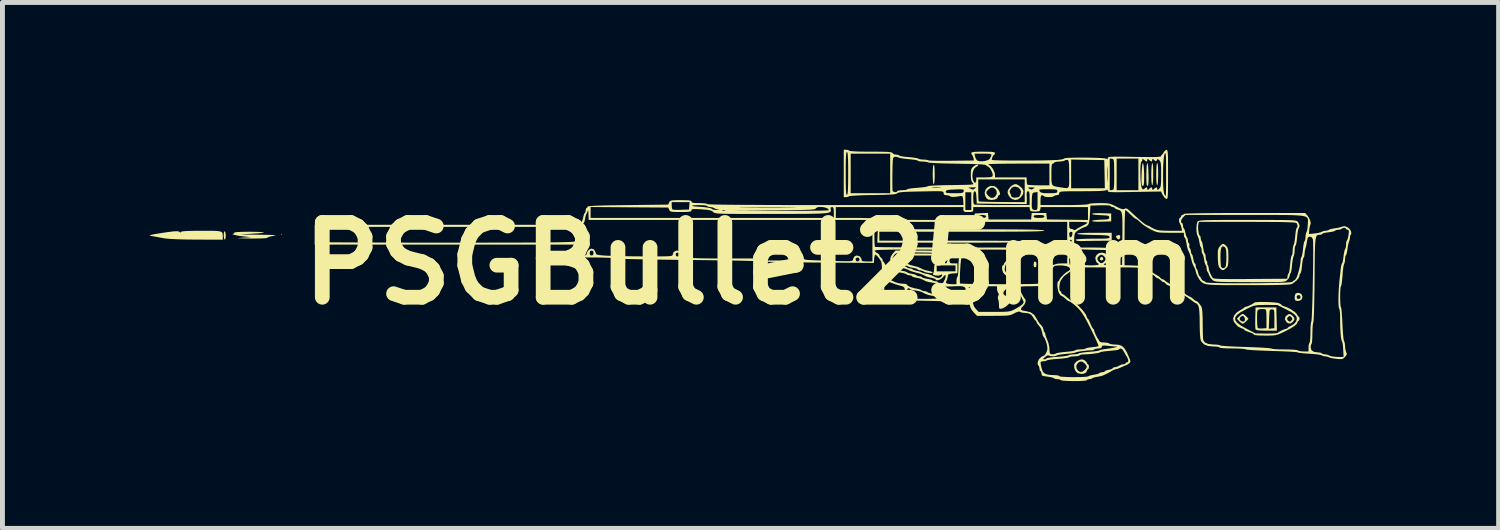
<source format=kicad_pcb>
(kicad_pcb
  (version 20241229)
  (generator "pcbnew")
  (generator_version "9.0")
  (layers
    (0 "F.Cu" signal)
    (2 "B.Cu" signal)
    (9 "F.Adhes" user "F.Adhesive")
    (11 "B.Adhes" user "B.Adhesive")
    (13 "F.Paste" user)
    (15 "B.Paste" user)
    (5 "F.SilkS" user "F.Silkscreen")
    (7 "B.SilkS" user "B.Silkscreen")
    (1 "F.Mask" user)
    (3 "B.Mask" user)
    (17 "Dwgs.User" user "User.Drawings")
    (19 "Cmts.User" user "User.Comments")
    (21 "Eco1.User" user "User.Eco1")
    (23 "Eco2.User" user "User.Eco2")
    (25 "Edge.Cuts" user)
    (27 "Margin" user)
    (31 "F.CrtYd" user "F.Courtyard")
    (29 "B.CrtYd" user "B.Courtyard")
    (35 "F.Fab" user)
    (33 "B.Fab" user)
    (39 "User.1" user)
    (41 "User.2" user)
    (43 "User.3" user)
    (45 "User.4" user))
  (footprint "PSGBullet25mm"
    (layer "F.Cu")
    (at 12.224 2.316)
    (property "Reference" "PSGBullet25mm" (at 0 0 0) (layer "F.SilkS") (effects (font (size 1.524 1.524) (thickness 0.3))))
    (attr board_only exclude_from_pos_files exclude_from_bom)
    (fp_poly (pts (xy -9.528 -0.594) (xy -9.538 -0.584) (xy -9.548 -0.594) (xy -9.538 -0.604)) (stroke (width 0) (type solid)) (fill yes) (layer "F.SilkS"))
    (fp_poly (pts (xy 5.835 -0.022) (xy 5.841 0.02) (xy 5.832 0.068) (xy 5.811 0.081) (xy 5.787 0.063) (xy 5.781 0.02) (xy 5.79 -0.028) (xy 5.811 -0.04)) (stroke (width 0) (type solid)) (fill yes) (layer "F.SilkS"))
    (fp_poly (pts (xy 7.192 -0.119) (xy 7.201 -0.087) (xy 7.199 -0.076) (xy 7.172 -0.061) (xy 7.142 -0.068) (xy 7.131 -0.089) (xy 7.143 -0.123) (xy 7.169 -0.135)) (stroke (width 0) (type solid)) (fill yes) (layer "F.SilkS"))
    (fp_poly (pts (xy 5.936 -0.244) (xy 5.942 -0.211) (xy 5.93 -0.173) (xy 5.903 -0.16) (xy 5.876 -0.178) (xy 5.869 -0.19) (xy 5.868 -0.234) (xy 5.897 -0.259) (xy 5.913 -0.262)) (stroke (width 0) (type solid)) (fill yes) (layer "F.SilkS"))
    (fp_poly (pts (xy 6.746 -0.132) (xy 6.766 -0.105) (xy 6.763 -0.074) (xy 6.739 -0.06) (xy 6.706 -0.07) (xy 6.7 -0.076) (xy 6.699 -0.105) (xy 6.719 -0.13) (xy 6.745 -0.133)) (stroke (width 0) (type solid)) (fill yes) (layer "F.SilkS"))
    (fp_poly (pts (xy 7.545 -0.564) (xy 7.543 -0.521) (xy 7.541 -0.515) (xy 7.523 -0.487) (xy 7.497 -0.495) (xy 7.475 -0.517) (xy 7.457 -0.544) (xy 7.471 -0.563) (xy 7.475 -0.566) (xy 7.52 -0.581)) (stroke (width 0) (type solid)) (fill yes) (layer "F.SilkS"))
    (fp_poly (pts (xy -10.696 -0.655) (xy -10.683 -0.628) (xy -10.676 -0.578) (xy -10.676 -0.563) (xy -10.68 -0.513) (xy -10.691 -0.485) (xy -10.696 -0.483) (xy -10.708 -0.501) (xy -10.715 -0.547) (xy -10.716 -0.575) (xy -10.712 -0.631) (xy -10.702 -0.655)) (stroke (width 0) (type solid)) (fill yes) (layer "F.SilkS"))
    (fp_poly (pts (xy 3.756 -1.995) (xy 3.763 -1.942) (xy 3.766 -1.859) (xy 3.767 -1.813) (xy 3.765 -1.719) (xy 3.759 -1.652) (xy 3.751 -1.616) (xy 3.747 -1.611) (xy 3.737 -1.631) (xy 3.73 -1.684) (xy 3.727 -1.766) (xy 3.726 -1.813) (xy 3.728 -1.906) (xy 3.734 -1.974) (xy 3.742 -2.01) (xy 3.747 -2.014)) (stroke (width 0) (type solid)) (fill yes) (layer "F.SilkS"))
    (fp_poly (pts (xy 8.208 -2.031) (xy 8.214 -1.98) (xy 8.218 -1.892) (xy 8.218 -1.824) (xy 8.217 -1.721) (xy 8.212 -1.645) (xy 8.204 -1.6) (xy 8.198 -1.591) (xy 8.189 -1.611) (xy 8.182 -1.665) (xy 8.179 -1.749) (xy 8.178 -1.812) (xy 8.18 -1.906) (xy 8.185 -1.981) (xy 8.192 -2.03) (xy 8.198 -2.044)) (stroke (width 0) (type solid)) (fill yes) (layer "F.SilkS"))
    (fp_poly (pts (xy 8.308 -2.031) (xy 8.315 -1.98) (xy 8.318 -1.892) (xy 8.319 -1.824) (xy 8.317 -1.721) (xy 8.313 -1.645) (xy 8.305 -1.6) (xy 8.299 -1.591) (xy 8.29 -1.611) (xy 8.283 -1.665) (xy 8.279 -1.749) (xy 8.279 -1.812) (xy 8.28 -1.906) (xy 8.285 -1.981) (xy 8.292 -2.03) (xy 8.299 -2.044)) (stroke (width 0) (type solid)) (fill yes) (layer "F.SilkS"))
    (fp_poly (pts (xy 8.105 -2.03) (xy 8.113 -1.982) (xy 8.119 -1.905) (xy 8.121 -1.838) (xy 8.124 -1.72) (xy 8.121 -1.639) (xy 8.114 -1.592) (xy 8.101 -1.578) (xy 8.091 -1.584) (xy 8.084 -1.61) (xy 8.08 -1.666) (xy 8.078 -1.74) (xy 8.078 -1.824) (xy 8.08 -1.906) (xy 8.084 -1.977) (xy 8.09 -2.026) (xy 8.096 -2.044)) (stroke (width 0) (type solid)) (fill yes) (layer "F.SilkS"))
    (fp_poly (pts (xy 8.016 -2.026) (xy 8.024 -1.977) (xy 8.029 -1.907) (xy 8.033 -1.826) (xy 8.033 -1.744) (xy 8.032 -1.669) (xy 8.027 -1.613) (xy 8.019 -1.585) (xy 8.018 -1.585) (xy 7.996 -1.579) (xy 7.987 -1.594) (xy 7.981 -1.63) (xy 7.978 -1.691) (xy 7.979 -1.768) (xy 7.982 -1.85) (xy 7.987 -1.929) (xy 7.993 -1.994) (xy 8.001 -2.035) (xy 8.007 -2.044)) (stroke (width 0) (type solid)) (fill yes) (layer "F.SilkS"))
    (fp_poly (pts (xy 7.123 -0.322) (xy 7.272 -0.318) (xy 7.393 -0.311) (xy 7.482 -0.302) (xy 7.537 -0.291) (xy 7.554 -0.279) (xy 7.536 -0.269) (xy 7.492 -0.266) (xy 7.478 -0.266) (xy 7.434 -0.268) (xy 7.357 -0.27) (xy 7.257 -0.273) (xy 7.14 -0.275) (xy 7.03 -0.277) (xy 6.91 -0.28) (xy 6.804 -0.284) (xy 6.719 -0.29) (xy 6.661 -0.296) (xy 6.639 -0.303) (xy 6.645 -0.314) (xy 6.689 -0.321) (xy 6.749 -0.324) (xy 6.947 -0.324)) (stroke (width 0) (type solid)) (fill yes) (layer "F.SilkS"))
    (fp_poly (pts (xy 11.199 0.603) (xy 11.242 0.631) (xy 11.258 0.678) (xy 11.245 0.728) (xy 11.239 0.736) (xy 11.201 0.759) (xy 11.152 0.765) (xy 11.114 0.754) (xy 11.112 0.752) (xy 11.1 0.717) (xy 11.1 0.685) (xy 11.139 0.685) (xy 11.153 0.719) (xy 11.179 0.725) (xy 11.213 0.711) (xy 11.22 0.685) (xy 11.205 0.651) (xy 11.179 0.645) (xy 11.146 0.659) (xy 11.139 0.685) (xy 11.1 0.685) (xy 11.101 0.667) (xy 11.114 0.623) (xy 11.124 0.61) (xy 11.161 0.6)) (stroke (width 0) (type solid)) (fill yes) (layer "F.SilkS"))
    (fp_poly (pts (xy 11.021 1.037) (xy 11.058 1.068) (xy 11.092 1.11) (xy 11.092 1.147) (xy 11.064 1.188) (xy 11.015 1.224) (xy 10.965 1.219) (xy 10.931 1.192) (xy 10.9 1.139) (xy 10.903 1.124) (xy 10.943 1.124) (xy 10.953 1.152) (xy 10.957 1.157) (xy 10.985 1.183) (xy 10.998 1.188) (xy 11.022 1.175) (xy 11.039 1.157) (xy 11.054 1.128) (xy 11.037 1.098) (xy 11.031 1.092) (xy 11.003 1.07) (xy 10.98 1.078) (xy 10.964 1.092) (xy 10.943 1.124) (xy 10.903 1.124) (xy 10.91 1.089) (xy 10.934 1.061) (xy 10.98 1.031)) (stroke (width 0) (type solid)) (fill yes) (layer "F.SilkS"))
    (fp_poly (pts (xy 7.166 -1.023) (xy 7.362 -1.017) (xy 7.362 -0.856) (xy 7.166 -0.85) (xy 7.071 -0.849) (xy 7.004 -0.853) (xy 6.972 -0.861) (xy 6.969 -0.865) (xy 6.988 -0.875) (xy 7.039 -0.883) (xy 7.113 -0.889) (xy 7.146 -0.891) (xy 7.23 -0.894) (xy 7.283 -0.899) (xy 7.31 -0.908) (xy 7.321 -0.923) (xy 7.322 -0.937) (xy 7.318 -0.956) (xy 7.303 -0.969) (xy 7.268 -0.976) (xy 7.205 -0.98) (xy 7.146 -0.983) (xy 7.064 -0.988) (xy 7.004 -0.995) (xy 6.972 -1.005) (xy 6.969 -1.009) (xy 6.989 -1.018) (xy 7.043 -1.023) (xy 7.129 -1.024)) (stroke (width 0) (type solid)) (fill yes) (layer "F.SilkS"))
    (fp_poly (pts (xy 10.07 1.041) (xy 10.108 1.074) (xy 10.112 1.078) (xy 10.159 1.128) (xy 10.112 1.178) (xy 10.073 1.213) (xy 10.043 1.229) (xy 10.041 1.229) (xy 10.013 1.215) (xy 9.974 1.182) (xy 9.971 1.178) (xy 9.925 1.13) (xy 9.976 1.13) (xy 9.991 1.158) (xy 10.03 1.185) (xy 10.067 1.182) (xy 10.082 1.168) (xy 10.087 1.132) (xy 10.073 1.092) (xy 10.049 1.069) (xy 10.042 1.068) (xy 10.008 1.082) (xy 9.991 1.098) (xy 9.976 1.13) (xy 9.925 1.13) (xy 9.923 1.128) (xy 9.971 1.078) (xy 10.009 1.043) (xy 10.039 1.027) (xy 10.041 1.027)) (stroke (width 0) (type solid)) (fill yes) (layer "F.SilkS"))
    (fp_poly (pts (xy 4.975 -1.576) (xy 4.991 -1.57) (xy 5.032 -1.541) (xy 5.066 -1.499) (xy 5.09 -1.454) (xy 5.098 -1.415) (xy 5.087 -1.392) (xy 5.076 -1.39) (xy 5.058 -1.374) (xy 5.056 -1.36) (xy 5.038 -1.324) (xy 4.991 -1.301) (xy 4.926 -1.292) (xy 4.854 -1.302) (xy 4.825 -1.325) (xy 4.798 -1.369) (xy 4.797 -1.37) (xy 4.786 -1.429) (xy 4.819 -1.429) (xy 4.848 -1.387) (xy 4.858 -1.376) (xy 4.909 -1.337) (xy 4.958 -1.336) (xy 4.999 -1.363) (xy 5.031 -1.416) (xy 5.027 -1.475) (xy 5.002 -1.514) (xy 4.956 -1.547) (xy 4.907 -1.541) (xy 4.861 -1.507) (xy 4.823 -1.465) (xy 4.819 -1.429) (xy 4.786 -1.429) (xy 4.784 -1.44) (xy 4.803 -1.504) (xy 4.847 -1.553) (xy 4.906 -1.58)) (stroke (width 0) (type solid)) (fill yes) (layer "F.SilkS"))
    (fp_poly (pts (xy 5.438 -1.611) (xy 5.476 -1.59) (xy 5.546 -1.533) (xy 5.575 -1.473) (xy 5.565 -1.409) (xy 5.521 -1.348) (xy 5.463 -1.303) (xy 5.406 -1.293) (xy 5.345 -1.309) (xy 5.306 -1.339) (xy 5.272 -1.387) (xy 5.271 -1.388) (xy 5.252 -1.436) (xy 5.254 -1.465) (xy 5.292 -1.465) (xy 5.299 -1.44) (xy 5.299 -1.439) (xy 5.315 -1.412) (xy 5.318 -1.39) (xy 5.335 -1.354) (xy 5.382 -1.339) (xy 5.439 -1.343) (xy 5.476 -1.352) (xy 5.489 -1.356) (xy 5.497 -1.374) (xy 5.513 -1.403) (xy 5.526 -1.461) (xy 5.507 -1.512) (xy 5.464 -1.55) (xy 5.404 -1.564) (xy 5.369 -1.559) (xy 5.335 -1.539) (xy 5.307 -1.502) (xy 5.292 -1.465) (xy 5.254 -1.465) (xy 5.255 -1.475) (xy 5.27 -1.51) (xy 5.31 -1.562) (xy 5.357 -1.598) (xy 5.401 -1.615)) (stroke (width 0) (type solid)) (fill yes) (layer "F.SilkS"))
    (fp_poly (pts (xy 6.767 1.954) (xy 6.81 1.968) (xy 6.849 1.997) (xy 6.869 2.029) (xy 6.869 2.032) (xy 6.882 2.053) (xy 6.889 2.055) (xy 6.904 2.072) (xy 6.909 2.105) (xy 6.902 2.143) (xy 6.889 2.155) (xy 6.871 2.172) (xy 6.869 2.185) (xy 6.851 2.222) (xy 6.807 2.246) (xy 6.747 2.251) (xy 6.684 2.237) (xy 6.675 2.233) (xy 6.636 2.194) (xy 6.611 2.135) (xy 6.607 2.08) (xy 6.651 2.08) (xy 6.656 2.139) (xy 6.68 2.179) (xy 6.727 2.211) (xy 6.776 2.206) (xy 6.822 2.172) (xy 6.859 2.129) (xy 6.864 2.094) (xy 6.835 2.052) (xy 6.825 2.041) (xy 6.773 2.001) (xy 6.725 2) (xy 6.684 2.027) (xy 6.651 2.08) (xy 6.607 2.08) (xy 6.607 2.072) (xy 6.614 2.044) (xy 6.651 2.001) (xy 6.708 1.967) (xy 6.767 1.954)) (stroke (width 0) (type solid)) (fill yes) (layer "F.SilkS"))
    (fp_poly (pts (xy 7.372 -0.463) (xy 7.095 -0.461) (xy 6.989 -0.46) (xy 6.894 -0.458) (xy 6.819 -0.457) (xy 6.773 -0.456) (xy 6.768 -0.455) (xy 6.708 -0.456) (xy 6.672 -0.459) (xy 6.641 -0.471) (xy 6.638 -0.485) (xy 6.661 -0.491) (xy 6.718 -0.496) (xy 6.801 -0.5) (xy 6.904 -0.503) (xy 6.992 -0.504) (xy 7.117 -0.504) (xy 7.208 -0.505) (xy 7.268 -0.508) (xy 7.305 -0.513) (xy 7.324 -0.52) (xy 7.329 -0.531) (xy 7.328 -0.539) (xy 7.322 -0.552) (xy 7.306 -0.562) (xy 7.273 -0.569) (xy 7.219 -0.573) (xy 7.137 -0.577) (xy 7.022 -0.579) (xy 6.994 -0.58) (xy 6.873 -0.583) (xy 6.775 -0.588) (xy 6.706 -0.594) (xy 6.671 -0.601) (xy 6.667 -0.605) (xy 6.687 -0.612) (xy 6.743 -0.618) (xy 6.831 -0.622) (xy 6.949 -0.624) (xy 7.02 -0.624) (xy 7.372 -0.624)) (stroke (width 0) (type solid)) (fill yes) (layer "F.SilkS"))
    (fp_poly (pts (xy -11.027 -0.665) (xy -10.92 -0.664) (xy -10.843 -0.66) (xy -10.791 -0.652) (xy -10.759 -0.64) (xy -10.743 -0.62) (xy -10.737 -0.592) (xy -10.736 -0.555) (xy -10.736 -0.542) (xy -10.736 -0.483) (xy -11.265 -0.485) (xy -11.482 -0.487) (xy -11.663 -0.492) (xy -11.806 -0.499) (xy -11.911 -0.509) (xy -11.945 -0.514) (xy -12.057 -0.535) (xy -12.135 -0.549) (xy -12.185 -0.559) (xy -12.212 -0.565) (xy -12.223 -0.57) (xy -12.224 -0.573) (xy -12.223 -0.574) (xy -12.201 -0.581) (xy -12.147 -0.592) (xy -12.072 -0.605) (xy -11.984 -0.619) (xy -11.894 -0.633) (xy -11.81 -0.644) (xy -11.741 -0.652) (xy -11.74 -0.653) (xy -11.664 -0.656) (xy -11.623 -0.648) (xy -11.614 -0.639) (xy -11.601 -0.625) (xy -11.59 -0.64) (xy -11.576 -0.649) (xy -11.538 -0.655) (xy -11.473 -0.66) (xy -11.378 -0.663) (xy -11.249 -0.665) (xy -11.17 -0.665)) (stroke (width 0) (type solid)) (fill yes) (layer "F.SilkS"))
    (fp_poly (pts (xy 9.688 -0.374) (xy 9.705 -0.356) (xy 9.727 -0.329) (xy 9.74 -0.295) (xy 9.747 -0.245) (xy 9.749 -0.168) (xy 9.749 -0.128) (xy 9.748 -0.04) (xy 9.744 0.018) (xy 9.734 0.056) (xy 9.717 0.082) (xy 9.702 0.097) (xy 9.656 0.133) (xy 9.621 0.136) (xy 9.582 0.106) (xy 9.576 0.099) (xy 9.557 0.069) (xy 9.544 0.024) (xy 9.537 -0.044) (xy 9.534 -0.119) (xy 9.534 -0.14) (xy 9.588 -0.14) (xy 9.589 -0.056) (xy 9.593 0.014) (xy 9.598 0.06) (xy 9.6 0.069) (xy 9.627 0.098) (xy 9.665 0.092) (xy 9.685 0.077) (xy 9.698 0.042) (xy 9.706 -0.027) (xy 9.709 -0.126) (xy 9.709 -0.128) (xy 9.707 -0.218) (xy 9.702 -0.276) (xy 9.692 -0.312) (xy 9.675 -0.332) (xy 9.674 -0.334) (xy 9.638 -0.35) (xy 9.613 -0.337) (xy 9.597 -0.292) (xy 9.589 -0.212) (xy 9.588 -0.14) (xy 9.534 -0.14) (xy 9.533 -0.206) (xy 9.536 -0.264) (xy 9.546 -0.303) (xy 9.564 -0.333) (xy 9.576 -0.349) (xy 9.618 -0.39) (xy 9.651 -0.399)) (stroke (width 0) (type solid)) (fill yes) (layer "F.SilkS"))
    (fp_poly (pts (xy 4.611 -0.695) (xy 4.885 -0.694) (xy 5.123 -0.694) (xy 5.327 -0.693) (xy 5.499 -0.692) (xy 5.642 -0.69) (xy 5.758 -0.688) (xy 5.848 -0.685) (xy 5.914 -0.682) (xy 5.96 -0.679) (xy 5.987 -0.675) (xy 5.997 -0.67) (xy 5.998 -0.67) (xy 5.992 -0.665) (xy 5.97 -0.661) (xy 5.929 -0.658) (xy 5.868 -0.654) (xy 5.783 -0.652) (xy 5.674 -0.65) (xy 5.538 -0.648) (xy 5.373 -0.647) (xy 5.176 -0.646) (xy 4.946 -0.645) (xy 4.68 -0.645) (xy 4.377 -0.645) (xy 4.322 -0.645) (xy 2.639 -0.645) (xy 2.639 -0.463) (xy 4.27 -0.463) (xy 4.605 -0.463) (xy 4.903 -0.462) (xy 5.162 -0.461) (xy 5.383 -0.459) (xy 5.565 -0.457) (xy 5.709 -0.454) (xy 5.813 -0.451) (xy 5.877 -0.448) (xy 5.902 -0.444) (xy 5.902 -0.443) (xy 5.882 -0.439) (xy 5.822 -0.435) (xy 5.722 -0.432) (xy 5.583 -0.429) (xy 5.405 -0.427) (xy 5.188 -0.425) (xy 4.933 -0.424) (xy 4.64 -0.423) (xy 4.308 -0.423) (xy 4.249 -0.423) (xy 2.597 -0.423) (xy 2.603 -0.559) (xy 2.608 -0.695) (xy 4.299 -0.695)) (stroke (width 0) (type solid)) (fill yes) (layer "F.SilkS"))
    (fp_poly (pts (xy -10.094 -0.644) (xy -10.004 -0.641) (xy -9.939 -0.637) (xy -9.903 -0.633) (xy -9.898 -0.629) (xy -9.923 -0.623) (xy -9.98 -0.616) (xy -10.062 -0.61) (xy -10.16 -0.604) (xy -10.189 -0.603) (xy -10.276 -0.599) (xy -10.336 -0.596) (xy -10.366 -0.594) (xy -10.364 -0.592) (xy -10.33 -0.591) (xy -10.26 -0.589) (xy -10.154 -0.587) (xy -10.021 -0.585) (xy -9.879 -0.583) (xy -9.774 -0.581) (xy -9.705 -0.578) (xy -9.668 -0.574) (xy -9.66 -0.57) (xy -9.68 -0.565) (xy -9.699 -0.562) (xy -9.764 -0.549) (xy -9.81 -0.535) (xy -9.826 -0.524) (xy -9.849 -0.516) (xy -9.909 -0.511) (xy -10.003 -0.508) (xy -10.128 -0.507) (xy -10.179 -0.507) (xy -10.297 -0.509) (xy -10.377 -0.511) (xy -10.42 -0.513) (xy -10.429 -0.515) (xy -10.405 -0.518) (xy -10.351 -0.522) (xy -10.343 -0.523) (xy -10.162 -0.534) (xy -10.323 -0.551) (xy -10.397 -0.561) (xy -10.462 -0.573) (xy -10.511 -0.585) (xy -10.538 -0.595) (xy -10.537 -0.602) (xy -10.518 -0.604) (xy -10.502 -0.615) (xy -10.504 -0.624) (xy -10.49 -0.633) (xy -10.437 -0.639) (xy -10.347 -0.643) (xy -10.22 -0.645) (xy -10.2 -0.645)) (stroke (width 0) (type solid)) (fill yes) (layer "F.SilkS"))
    (fp_poly (pts (xy 10.732 1.133) (xy 10.737 1.37) (xy 10.525 1.37) (xy 10.421 1.368) (xy 10.353 1.363) (xy 10.315 1.354) (xy 10.302 1.343) (xy 10.3 1.332) (xy 10.573 1.332) (xy 10.63 1.326) (xy 10.686 1.319) (xy 10.686 1.128) (xy 10.685 1.039) (xy 10.683 0.983) (xy 10.677 0.953) (xy 10.664 0.94) (xy 10.644 0.937) (xy 10.635 0.937) (xy 10.612 0.938) (xy 10.597 0.947) (xy 10.588 0.972) (xy 10.584 1.019) (xy 10.58 1.096) (xy 10.579 1.134) (xy 10.573 1.332) (xy 10.3 1.332) (xy 10.298 1.313) (xy 10.296 1.252) (xy 10.296 1.171) (xy 10.297 1.125) (xy 10.333 1.125) (xy 10.335 1.206) (xy 10.339 1.271) (xy 10.345 1.311) (xy 10.348 1.317) (xy 10.375 1.325) (xy 10.426 1.326) (xy 10.443 1.325) (xy 10.525 1.319) (xy 10.525 1.128) (xy 10.524 1.039) (xy 10.521 0.983) (xy 10.515 0.951) (xy 10.502 0.936) (xy 10.482 0.931) (xy 10.477 0.93) (xy 10.418 0.93) (xy 10.382 0.935) (xy 10.358 0.943) (xy 10.344 0.959) (xy 10.337 0.99) (xy 10.334 1.045) (xy 10.333 1.125) (xy 10.297 1.125) (xy 10.297 1.106) (xy 10.303 0.896) (xy 10.726 0.896)) (stroke (width 0) (type solid)) (fill yes) (layer "F.SilkS"))
    (fp_poly (pts (xy 10.497 0.786) (xy 10.584 0.788) (xy 10.666 0.793) (xy 10.734 0.8) (xy 10.777 0.809) (xy 10.782 0.811) (xy 10.821 0.833) (xy 10.837 0.851) (xy 10.853 0.865) (xy 10.859 0.866) (xy 10.89 0.874) (xy 10.941 0.894) (xy 10.993 0.919) (xy 11.031 0.94) (xy 11.038 0.946) (xy 11.062 0.963) (xy 11.089 0.979) (xy 11.13 1.015) (xy 11.149 1.044) (xy 11.17 1.078) (xy 11.184 1.088) (xy 11.196 1.105) (xy 11.199 1.128) (xy 11.191 1.161) (xy 11.179 1.168) (xy 11.161 1.184) (xy 11.159 1.195) (xy 11.143 1.231) (xy 11.095 1.275) (xy 11.011 1.327) (xy 10.896 1.387) (xy 10.82 1.423) (xy 10.763 1.447) (xy 10.711 1.461) (xy 10.652 1.468) (xy 10.575 1.47) (xy 10.499 1.47) (xy 10.409 1.469) (xy 10.336 1.465) (xy 10.288 1.459) (xy 10.273 1.453) (xy 10.256 1.433) (xy 10.227 1.42) (xy 10.188 1.406) (xy 10.172 1.4) (xy 10.147 1.39) (xy 10.117 1.38) (xy 10.082 1.362) (xy 10.071 1.349) (xy 10.054 1.333) (xy 10.013 1.32) (xy 9.942 1.284) (xy 9.876 1.209) (xy 9.855 1.174) (xy 9.846 1.119) (xy 9.852 1.102) (xy 9.887 1.102) (xy 9.889 1.155) (xy 9.929 1.209) (xy 10.008 1.268) (xy 10.112 1.327) (xy 10.303 1.427) (xy 10.53 1.428) (xy 10.62 1.428) (xy 10.693 1.425) (xy 10.741 1.42) (xy 10.756 1.415) (xy 10.773 1.399) (xy 10.814 1.376) (xy 10.864 1.352) (xy 10.911 1.335) (xy 10.938 1.329) (xy 10.957 1.317) (xy 10.958 1.313) (xy 10.975 1.296) (xy 11.016 1.274) (xy 11.029 1.269) (xy 11.088 1.232) (xy 11.128 1.184) (xy 11.144 1.133) (xy 11.136 1.086) (xy 11.099 1.041) (xy 11.031 0.992) (xy 10.927 0.936) (xy 10.924 0.935) (xy 10.746 0.847) (xy 10.517 0.846) (xy 10.417 0.847) (xy 10.346 0.85) (xy 10.29 0.858) (xy 10.239 0.873) (xy 10.18 0.899) (xy 10.118 0.929) (xy 10.002 0.992) (xy 9.925 1.049) (xy 9.887 1.102) (xy 9.852 1.102) (xy 9.869 1.058) (xy 9.919 1) (xy 9.982 0.957) (xy 10.032 0.929) (xy 10.063 0.907) (xy 10.068 0.901) (xy 10.091 0.886) (xy 10.093 0.886) (xy 10.126 0.878) (xy 10.174 0.859) (xy 10.224 0.835) (xy 10.261 0.813) (xy 10.273 0.801) (xy 10.291 0.793) (xy 10.341 0.788) (xy 10.412 0.785)) (stroke (width 0) (type solid)) (fill yes) (layer "F.SilkS"))
    (fp_poly (pts (xy 10.365 -0.886) (xy 10.553 -0.886) (xy 10.708 -0.885) (xy 10.833 -0.885) (xy 10.932 -0.883) (xy 11.007 -0.881) (xy 11.063 -0.878) (xy 11.102 -0.873) (xy 11.129 -0.868) (xy 11.146 -0.862) (xy 11.157 -0.854) (xy 11.165 -0.846) (xy 11.192 -0.798) (xy 11.199 -0.75) (xy 11.183 -0.718) (xy 11.182 -0.717) (xy 11.172 -0.693) (xy 11.162 -0.639) (xy 11.152 -0.565) (xy 11.15 -0.534) (xy 11.141 -0.457) (xy 11.131 -0.397) (xy 11.121 -0.366) (xy 11.117 -0.363) (xy 11.106 -0.344) (xy 11.1 -0.298) (xy 11.099 -0.266) (xy 11.095 -0.205) (xy 11.085 -0.161) (xy 11.079 -0.15) (xy 11.069 -0.122) (xy 11.058 -0.065) (xy 11.048 0.011) (xy 11.046 0.035) (xy 11.038 0.111) (xy 11.028 0.169) (xy 11.018 0.199) (xy 11.015 0.201) (xy 11.002 0.219) (xy 10.998 0.25) (xy 10.981 0.301) (xy 10.944 0.342) (xy 10.929 0.353) (xy 10.911 0.362) (xy 10.887 0.369) (xy 10.853 0.374) (xy 10.803 0.378) (xy 10.735 0.381) (xy 10.643 0.382) (xy 10.524 0.382) (xy 10.373 0.382) (xy 10.186 0.382) (xy 10.181 0.381) (xy 9.994 0.381) (xy 9.842 0.38) (xy 9.723 0.379) (xy 9.631 0.377) (xy 9.562 0.374) (xy 9.513 0.37) (xy 9.478 0.364) (xy 9.455 0.357) (xy 9.438 0.348) (xy 9.423 0.336) (xy 9.421 0.334) (xy 9.38 0.286) (xy 9.355 0.235) (xy 9.339 0.191) (xy 9.324 0.17) (xy 9.311 0.144) (xy 9.306 0.101) (xy 9.3 0.055) (xy 9.286 0.031) (xy 9.273 0.005) (xy 9.259 -0.047) (xy 9.254 -0.082) (xy 9.243 -0.142) (xy 9.23 -0.183) (xy 9.223 -0.193) (xy 9.21 -0.219) (xy 9.205 -0.262) (xy 9.2 -0.307) (xy 9.188 -0.331) (xy 9.175 -0.355) (xy 9.163 -0.406) (xy 9.158 -0.436) (xy 9.146 -0.497) (xy 9.13 -0.544) (xy 9.123 -0.556) (xy 9.108 -0.596) (xy 9.099 -0.66) (xy 9.098 -0.734) (xy 9.1 -0.751) (xy 9.132 -0.751) (xy 9.134 -0.691) (xy 9.142 -0.631) (xy 9.153 -0.584) (xy 9.167 -0.564) (xy 9.168 -0.564) (xy 9.181 -0.547) (xy 9.185 -0.515) (xy 9.192 -0.473) (xy 9.203 -0.454) (xy 9.215 -0.43) (xy 9.227 -0.377) (xy 9.235 -0.322) (xy 9.246 -0.259) (xy 9.258 -0.215) (xy 9.268 -0.201) (xy 9.28 -0.184) (xy 9.286 -0.14) (xy 9.286 -0.132) (xy 9.292 -0.082) (xy 9.305 -0.051) (xy 9.307 -0.05) (xy 9.321 -0.022) (xy 9.318 -0.009) (xy 9.32 0.023) (xy 9.327 0.031) (xy 9.342 0.058) (xy 9.346 0.089) (xy 9.356 0.141) (xy 9.382 0.208) (xy 9.415 0.272) (xy 9.432 0.297) (xy 9.446 0.304) (xy 9.478 0.31) (xy 9.532 0.314) (xy 9.61 0.317) (xy 9.716 0.318) (xy 9.853 0.319) (xy 10.024 0.319) (xy 10.2 0.317) (xy 10.948 0.312) (xy 10.954 0.257) (xy 10.964 0.217) (xy 10.977 0.201) (xy 10.985 0.183) (xy 10.995 0.133) (xy 11.003 0.061) (xy 11.007 0.02) (xy 11.015 -0.06) (xy 11.025 -0.122) (xy 11.035 -0.157) (xy 11.04 -0.161) (xy 11.051 -0.179) (xy 11.057 -0.225) (xy 11.058 -0.258) (xy 11.062 -0.319) (xy 11.072 -0.363) (xy 11.078 -0.374) (xy 11.088 -0.402) (xy 11.099 -0.459) (xy 11.109 -0.535) (xy 11.111 -0.559) (xy 11.119 -0.635) (xy 11.129 -0.693) (xy 11.139 -0.723) (xy 11.142 -0.725) (xy 11.157 -0.741) (xy 11.157 -0.775) (xy 11.143 -0.812) (xy 11.135 -0.822) (xy 11.118 -0.828) (xy 11.08 -0.833) (xy 11.018 -0.837) (xy 10.928 -0.84) (xy 10.81 -0.843) (xy 10.66 -0.844) (xy 10.476 -0.845) (xy 10.255 -0.846) (xy 10.13 -0.846) (xy 9.149 -0.846) (xy 9.137 -0.798) (xy 9.132 -0.751) (xy 9.1 -0.751) (xy 9.105 -0.801) (xy 9.118 -0.848) (xy 9.122 -0.853) (xy 9.131 -0.861) (xy 9.147 -0.867) (xy 9.174 -0.872) (xy 9.213 -0.876) (xy 9.27 -0.88) (xy 9.347 -0.882) (xy 9.448 -0.884) (xy 9.576 -0.885) (xy 9.734 -0.886) (xy 9.926 -0.886) (xy 10.14 -0.886)) (stroke (width 0) (type solid)) (fill yes) (layer "F.SilkS"))
    (fp_poly (pts (xy 2.005 -2.309) (xy 2.024 -2.296) (xy 2.049 -2.289) (xy 2.11 -2.284) (xy 2.204 -2.279) (xy 2.329 -2.277) (xy 2.467 -2.276) (xy 2.612 -2.276) (xy 2.721 -2.274) (xy 2.8 -2.272) (xy 2.854 -2.267) (xy 2.886 -2.261) (xy 2.903 -2.253) (xy 2.908 -2.246) (xy 2.936 -2.223) (xy 2.98 -2.216) (xy 3.023 -2.211) (xy 3.042 -2.198) (xy 3.042 -2.198) (xy 3.06 -2.189) (xy 3.11 -2.179) (xy 3.183 -2.17) (xy 3.233 -2.166) (xy 3.317 -2.158) (xy 3.384 -2.148) (xy 3.427 -2.138) (xy 3.435 -2.133) (xy 3.461 -2.122) (xy 3.511 -2.116) (xy 3.535 -2.115) (xy 3.591 -2.112) (xy 3.627 -2.104) (xy 3.633 -2.1) (xy 3.655 -2.096) (xy 3.711 -2.093) (xy 3.796 -2.091) (xy 3.904 -2.09) (xy 4.03 -2.09) (xy 4.104 -2.091) (xy 4.567 -2.096) (xy 4.557 -2.146) (xy 4.543 -2.188) (xy 4.53 -2.207) (xy 4.513 -2.235) (xy 4.513 -2.236) (xy 4.578 -2.236) (xy 4.588 -2.18) (xy 4.606 -2.129) (xy 4.63 -2.098) (xy 4.676 -2.082) (xy 4.741 -2.08) (xy 4.81 -2.091) (xy 4.866 -2.112) (xy 4.886 -2.129) (xy 4.912 -2.175) (xy 4.922 -2.201) (xy 4.922 -2.218) (xy 4.909 -2.228) (xy 4.873 -2.234) (xy 4.809 -2.236) (xy 4.755 -2.236) (xy 4.578 -2.236) (xy 4.513 -2.236) (xy 4.512 -2.247) (xy 4.519 -2.26) (xy 4.544 -2.268) (xy 4.592 -2.273) (xy 4.67 -2.276) (xy 4.754 -2.276) (xy 4.858 -2.275) (xy 4.928 -2.273) (xy 4.97 -2.267) (xy 4.991 -2.258) (xy 4.995 -2.246) (xy 4.986 -2.219) (xy 4.978 -2.216) (xy 4.959 -2.199) (xy 4.94 -2.158) (xy 4.927 -2.111) (xy 4.927 -2.109) (xy 4.946 -2.105) (xy 4.999 -2.102) (xy 5.082 -2.099) (xy 5.187 -2.097) (xy 5.311 -2.096) (xy 5.447 -2.096) (xy 5.59 -2.096) (xy 5.734 -2.096) (xy 5.874 -2.097) (xy 6.003 -2.099) (xy 6.116 -2.102) (xy 6.209 -2.105) (xy 6.274 -2.108) (xy 6.28 -2.109) (xy 6.336 -2.116) (xy 6.546 -2.116) (xy 6.546 -1.531) (xy 7.232 -1.531) (xy 7.227 -1.823) (xy 7.279 -1.823) (xy 7.28 -1.738) (xy 7.281 -1.682) (xy 7.283 -1.659) (xy 7.285 -1.67) (xy 7.286 -1.686) (xy 7.289 -1.778) (xy 7.289 -1.882) (xy 7.286 -1.948) (xy 7.284 -1.979) (xy 7.282 -1.973) (xy 7.28 -1.933) (xy 7.279 -1.862) (xy 7.279 -1.823) (xy 7.227 -1.823) (xy 7.221 -2.105) (xy 6.884 -2.11) (xy 6.546 -2.116) (xy 6.336 -2.116) (xy 6.345 -2.117) (xy 6.39 -2.128) (xy 6.405 -2.138) (xy 6.424 -2.144) (xy 6.476 -2.15) (xy 6.555 -2.153) (xy 6.652 -2.155) (xy 6.761 -2.156) (xy 6.874 -2.155) (xy 6.986 -2.153) (xy 7.088 -2.15) (xy 7.173 -2.145) (xy 7.235 -2.139) (xy 7.266 -2.132) (xy 7.268 -2.131) (xy 7.287 -2.12) (xy 7.291 -2.138) (xy 7.332 -2.138) (xy 7.332 -1.488) (xy 7.352 -1.491) (xy 7.473 -1.491) (xy 7.916 -1.491) (xy 7.916 -1.849) (xy 7.956 -1.849) (xy 7.958 -1.76) (xy 7.962 -1.675) (xy 7.969 -1.604) (xy 7.978 -1.555) (xy 7.981 -1.546) (xy 8.002 -1.511) (xy 8.021 -1.509) (xy 8.038 -1.522) (xy 8.07 -1.546) (xy 8.084 -1.551) (xy 8.096 -1.534) (xy 8.097 -1.518) (xy 8.1 -1.496) (xy 8.116 -1.502) (xy 8.134 -1.518) (xy 8.167 -1.543) (xy 8.185 -1.551) (xy 8.196 -1.534) (xy 8.198 -1.518) (xy 8.201 -1.496) (xy 8.216 -1.502) (xy 8.235 -1.518) (xy 8.268 -1.543) (xy 8.285 -1.551) (xy 8.297 -1.534) (xy 8.299 -1.518) (xy 8.302 -1.497) (xy 8.319 -1.503) (xy 8.339 -1.521) (xy 8.356 -1.54) (xy 8.367 -1.565) (xy 8.374 -1.605) (xy 8.378 -1.667) (xy 8.379 -1.758) (xy 8.379 -1.791) (xy 8.418 -1.791) (xy 8.419 -1.677) (xy 8.422 -1.573) (xy 8.429 -1.487) (xy 8.438 -1.429) (xy 8.445 -1.41) (xy 8.466 -1.379) (xy 8.475 -1.37) (xy 8.476 -1.389) (xy 8.478 -1.443) (xy 8.479 -1.526) (xy 8.48 -1.632) (xy 8.48 -1.755) (xy 8.48 -1.828) (xy 8.48 -1.975) (xy 8.479 -2.085) (xy 8.477 -2.163) (xy 8.474 -2.214) (xy 8.47 -2.24) (xy 8.464 -2.247) (xy 8.456 -2.239) (xy 8.45 -2.229) (xy 8.439 -2.186) (xy 8.43 -2.113) (xy 8.423 -2.018) (xy 8.419 -1.907) (xy 8.418 -1.791) (xy 8.379 -1.791) (xy 8.379 -1.813) (xy 8.379 -1.921) (xy 8.376 -1.996) (xy 8.371 -2.045) (xy 8.361 -2.077) (xy 8.347 -2.097) (xy 8.342 -2.103) (xy 8.313 -2.125) (xy 8.298 -2.12) (xy 8.291 -2.103) (xy 8.278 -2.081) (xy 8.26 -2.087) (xy 8.238 -2.105) (xy 8.209 -2.129) (xy 8.199 -2.124) (xy 8.198 -2.108) (xy 8.191 -2.079) (xy 8.185 -2.075) (xy 8.161 -2.087) (xy 8.134 -2.108) (xy 8.107 -2.13) (xy 8.098 -2.124) (xy 8.097 -2.108) (xy 8.091 -2.079) (xy 8.084 -2.075) (xy 8.06 -2.087) (xy 8.034 -2.108) (xy 8.006 -2.13) (xy 7.997 -2.124) (xy 7.997 -2.108) (xy 7.987 -2.079) (xy 7.977 -2.075) (xy 7.967 -2.056) (xy 7.961 -2.006) (xy 7.957 -1.934) (xy 7.956 -1.849) (xy 7.916 -1.849) (xy 7.916 -2.135) (xy 7.473 -2.135) (xy 7.473 -1.491) (xy 7.352 -1.491) (xy 7.377 -1.494) (xy 7.394 -1.498) (xy 7.407 -1.507) (xy 7.415 -1.528) (xy 7.419 -1.567) (xy 7.422 -1.63) (xy 7.423 -1.722) (xy 7.423 -1.813) (xy 7.422 -1.931) (xy 7.421 -2.015) (xy 7.418 -2.071) (xy 7.413 -2.104) (xy 7.404 -2.122) (xy 7.39 -2.129) (xy 7.377 -2.131) (xy 7.332 -2.138) (xy 7.291 -2.138) (xy 7.292 -2.143) (xy 7.294 -2.154) (xy 7.303 -2.162) (xy 7.323 -2.168) (xy 7.359 -2.172) (xy 7.416 -2.174) (xy 7.497 -2.175) (xy 7.608 -2.174) (xy 7.752 -2.172) (xy 7.836 -2.17) (xy 8.002 -2.168) (xy 8.132 -2.167) (xy 8.229 -2.167) (xy 8.299 -2.169) (xy 8.344 -2.173) (xy 8.37 -2.179) (xy 8.379 -2.187) (xy 8.379 -2.189) (xy 8.389 -2.213) (xy 8.395 -2.216) (xy 8.414 -2.232) (xy 8.43 -2.261) (xy 8.459 -2.299) (xy 8.485 -2.313) (xy 8.496 -2.312) (xy 8.504 -2.304) (xy 8.511 -2.282) (xy 8.515 -2.244) (xy 8.518 -2.183) (xy 8.519 -2.096) (xy 8.52 -1.978) (xy 8.52 -1.825) (xy 8.52 -1.813) (xy 8.52 -1.657) (xy 8.519 -1.536) (xy 8.518 -1.447) (xy 8.515 -1.385) (xy 8.511 -1.345) (xy 8.505 -1.323) (xy 8.496 -1.313) (xy 8.486 -1.313) (xy 8.455 -1.334) (xy 8.422 -1.378) (xy 8.413 -1.392) (xy 8.375 -1.465) (xy 7.833 -1.456) (xy 7.671 -1.453) (xy 7.546 -1.451) (xy 7.451 -1.451) (xy 7.383 -1.452) (xy 7.338 -1.455) (xy 7.311 -1.46) (xy 7.297 -1.467) (xy 7.292 -1.477) (xy 7.292 -1.482) (xy 7.286 -1.506) (xy 7.268 -1.495) (xy 7.245 -1.486) (xy 7.196 -1.48) (xy 7.117 -1.475) (xy 7.004 -1.472) (xy 6.856 -1.471) (xy 6.774 -1.47) (xy 6.625 -1.47) (xy 6.511 -1.47) (xy 6.428 -1.468) (xy 6.371 -1.465) (xy 6.335 -1.461) (xy 6.315 -1.454) (xy 6.307 -1.444) (xy 6.305 -1.432) (xy 6.305 -1.43) (xy 6.293 -1.398) (xy 6.256 -1.39) (xy 6.213 -1.382) (xy 6.194 -1.37) (xy 6.167 -1.357) (xy 6.116 -1.351) (xy 6.059 -1.351) (xy 6.012 -1.359) (xy 5.992 -1.37) (xy 5.963 -1.388) (xy 5.951 -1.39) (xy 5.932 -1.378) (xy 5.924 -1.337) (xy 5.922 -1.289) (xy 5.922 -1.188) (xy 6.404 -1.188) (xy 6.565 -1.189) (xy 6.698 -1.192) (xy 6.799 -1.196) (xy 6.867 -1.201) (xy 6.898 -1.207) (xy 6.899 -1.209) (xy 6.923 -1.217) (xy 6.98 -1.224) (xy 7.059 -1.228) (xy 7.12 -1.229) (xy 7.216 -1.228) (xy 7.285 -1.224) (xy 7.338 -1.214) (xy 7.388 -1.196) (xy 7.447 -1.167) (xy 7.463 -1.159) (xy 7.536 -1.123) (xy 7.584 -1.106) (xy 7.616 -1.105) (xy 7.634 -1.112) (xy 7.661 -1.122) (xy 7.691 -1.111) (xy 7.734 -1.076) (xy 7.748 -1.063) (xy 7.859 -0.961) (xy 7.945 -0.884) (xy 8.01 -0.83) (xy 8.058 -0.795) (xy 8.092 -0.777) (xy 8.097 -0.775) (xy 8.139 -0.759) (xy 8.158 -0.748) (xy 8.181 -0.732) (xy 8.227 -0.708) (xy 8.244 -0.7) (xy 8.29 -0.684) (xy 8.348 -0.673) (xy 8.428 -0.667) (xy 8.538 -0.665) (xy 8.563 -0.665) (xy 8.806 -0.665) (xy 8.792 -0.73) (xy 8.777 -0.781) (xy 8.761 -0.814) (xy 8.76 -0.815) (xy 8.746 -0.847) (xy 8.745 -0.862) (xy 8.783 -0.862) (xy 8.787 -0.833) (xy 8.802 -0.826) (xy 8.818 -0.809) (xy 8.823 -0.777) (xy 8.829 -0.735) (xy 8.841 -0.716) (xy 8.856 -0.691) (xy 8.87 -0.641) (xy 8.873 -0.624) (xy 8.886 -0.571) (xy 8.901 -0.537) (xy 8.905 -0.533) (xy 8.919 -0.506) (xy 8.923 -0.473) (xy 8.931 -0.431) (xy 8.944 -0.412) (xy 8.956 -0.385) (xy 8.953 -0.363) (xy 8.953 -0.326) (xy 8.963 -0.313) (xy 8.979 -0.284) (xy 8.984 -0.252) (xy 8.991 -0.21) (xy 9.003 -0.192) (xy 9.017 -0.167) (xy 9.031 -0.116) (xy 9.035 -0.09) (xy 9.047 -0.036) (xy 9.061 -0.004) (xy 9.067 0) (xy 9.08 0.017) (xy 9.084 0.049) (xy 9.091 0.091) (xy 9.102 0.109) (xy 9.118 0.135) (xy 9.132 0.183) (xy 9.133 0.191) (xy 9.146 0.238) (xy 9.161 0.261) (xy 9.164 0.262) (xy 9.181 0.279) (xy 9.191 0.304) (xy 9.218 0.343) (xy 9.244 0.356) (xy 9.277 0.372) (xy 9.286 0.385) (xy 9.305 0.39) (xy 9.36 0.395) (xy 9.445 0.398) (xy 9.555 0.401) (xy 9.686 0.403) (xy 9.832 0.404) (xy 9.988 0.404) (xy 10.15 0.404) (xy 10.312 0.403) (xy 10.47 0.401) (xy 10.618 0.399) (xy 10.752 0.396) (xy 10.866 0.392) (xy 10.956 0.388) (xy 11.016 0.383) (xy 11.042 0.378) (xy 11.091 0.344) (xy 11.118 0.322) (xy 11.139 0.286) (xy 11.163 0.222) (xy 11.186 0.142) (xy 11.205 0.059) (xy 11.217 -0.017) (xy 11.22 -0.057) (xy 11.225 -0.104) (xy 11.237 -0.129) (xy 11.248 -0.153) (xy 11.258 -0.207) (xy 11.268 -0.279) (xy 11.269 -0.292) (xy 11.278 -0.366) (xy 11.289 -0.423) (xy 11.3 -0.453) (xy 11.302 -0.454) (xy 11.314 -0.48) (xy 11.32 -0.529) (xy 11.32 -0.541) (xy 11.325 -0.596) (xy 11.338 -0.634) (xy 11.341 -0.637) (xy 11.353 -0.667) (xy 11.362 -0.724) (xy 11.366 -0.789) (xy 11.369 -0.829) (xy 11.371 -0.863) (xy 11.371 -0.892) (xy 11.364 -0.916) (xy 11.35 -0.936) (xy 11.323 -0.952) (xy 11.283 -0.964) (xy 11.225 -0.973) (xy 11.147 -0.979) (xy 11.046 -0.984) (xy 10.92 -0.986) (xy 10.764 -0.987) (xy 10.577 -0.987) (xy 10.356 -0.987) (xy 10.097 -0.987) (xy 8.875 -0.987) (xy 8.829 -0.943) (xy 8.798 -0.903) (xy 8.783 -0.862) (xy 8.745 -0.862) (xy 8.743 -0.888) (xy 8.751 -0.919) (xy 8.762 -0.927) (xy 8.78 -0.943) (xy 8.782 -0.957) (xy 8.798 -0.983) (xy 8.812 -0.987) (xy 8.839 -0.998) (xy 8.843 -1.007) (xy 8.863 -1.012) (xy 8.923 -1.016) (xy 9.022 -1.019) (xy 9.16 -1.022) (xy 9.336 -1.024) (xy 9.55 -1.026) (xy 9.802 -1.027) (xy 10.078 -1.027) (xy 11.313 -1.027) (xy 11.354 -0.982) (xy 11.389 -0.932) (xy 11.415 -0.875) (xy 11.427 -0.824) (xy 11.421 -0.793) (xy 11.41 -0.763) (xy 11.4 -0.71) (xy 11.397 -0.687) (xy 11.389 -0.599) (xy 11.508 -0.61) (xy 11.576 -0.62) (xy 11.628 -0.633) (xy 11.649 -0.643) (xy 11.684 -0.659) (xy 11.726 -0.665) (xy 11.77 -0.671) (xy 11.792 -0.682) (xy 11.817 -0.695) (xy 11.869 -0.707) (xy 11.917 -0.715) (xy 11.987 -0.726) (xy 12.043 -0.741) (xy 12.066 -0.75) (xy 12.113 -0.759) (xy 12.169 -0.741) (xy 12.218 -0.703) (xy 12.245 -0.66) (xy 12.254 -0.613) (xy 12.246 -0.593) (xy 12.231 -0.566) (xy 12.227 -0.532) (xy 12.219 -0.478) (xy 12.207 -0.448) (xy 12.195 -0.409) (xy 12.182 -0.346) (xy 12.176 -0.297) (xy 12.166 -0.233) (xy 12.154 -0.186) (xy 12.145 -0.17) (xy 12.132 -0.144) (xy 12.126 -0.095) (xy 12.126 -0.083) (xy 12.121 -0.029) (xy 12.109 0.008) (xy 12.107 0.011) (xy 12.098 0.038) (xy 12.088 0.096) (xy 12.079 0.176) (xy 12.074 0.247) (xy 12.066 0.335) (xy 12.058 0.405) (xy 12.049 0.451) (xy 12.042 0.463) (xy 12.035 0.482) (xy 12.03 0.53) (xy 12.027 0.599) (xy 12.026 0.678) (xy 12.027 0.757) (xy 12.03 0.826) (xy 12.035 0.876) (xy 12.042 0.894) (xy 12.049 0.917) (xy 12.056 0.973) (xy 12.062 1.055) (xy 12.069 1.157) (xy 12.072 1.232) (xy 12.078 1.343) (xy 12.085 1.441) (xy 12.092 1.518) (xy 12.1 1.566) (xy 12.105 1.579) (xy 12.118 1.61) (xy 12.125 1.665) (xy 12.126 1.686) (xy 12.132 1.75) (xy 12.145 1.802) (xy 12.15 1.812) (xy 12.163 1.844) (xy 12.15 1.875) (xy 12.125 1.904) (xy 12.096 1.933) (xy 12.066 1.947) (xy 12.024 1.95) (xy 11.956 1.945) (xy 11.945 1.944) (xy 11.874 1.934) (xy 11.82 1.922) (xy 11.795 1.912) (xy 11.761 1.898) (xy 11.723 1.893) (xy 11.676 1.886) (xy 11.65 1.873) (xy 11.623 1.864) (xy 11.564 1.854) (xy 11.483 1.846) (xy 11.394 1.839) (xy 11.302 1.833) (xy 11.227 1.826) (xy 11.177 1.819) (xy 11.159 1.812) (xy 11.14 1.808) (xy 11.086 1.803) (xy 11.002 1.797) (xy 10.893 1.792) (xy 10.766 1.787) (xy 10.635 1.783) (xy 10.494 1.778) (xy 10.366 1.773) (xy 10.258 1.767) (xy 10.173 1.761) (xy 10.119 1.755) (xy 10.1 1.75) (xy 10.077 1.743) (xy 10.021 1.738) (xy 9.941 1.734) (xy 9.845 1.732) (xy 9.828 1.732) (xy 9.717 1.731) (xy 9.633 1.726) (xy 9.582 1.72) (xy 9.568 1.712) (xy 9.549 1.701) (xy 9.501 1.694) (xy 9.445 1.692) (xy 9.333 1.682) (xy 9.252 1.649) (xy 9.199 1.593) (xy 9.19 1.576) (xy 9.178 1.527) (xy 9.17 1.44) (xy 9.166 1.316) (xy 9.165 1.226) (xy 9.163 1.086) (xy 9.158 0.98) (xy 9.149 0.905) (xy 9.133 0.855) (xy 9.112 0.825) (xy 9.09 0.812) (xy 9.055 0.795) (xy 9.044 0.787) (xy 9.026 0.771) (xy 8.986 0.742) (xy 8.918 0.695) (xy 8.865 0.66) (xy 8.817 0.63) (xy 8.782 0.611) (xy 8.745 0.583) (xy 8.736 0.571) (xy 8.706 0.546) (xy 8.694 0.544) (xy 8.661 0.53) (xy 8.632 0.505) (xy 8.585 0.471) (xy 8.54 0.453) (xy 8.495 0.435) (xy 8.472 0.412) (xy 8.447 0.386) (xy 8.433 0.383) (xy 8.4 0.369) (xy 8.369 0.342) (xy 8.333 0.312) (xy 8.307 0.302) (xy 8.274 0.287) (xy 8.265 0.275) (xy 8.232 0.243) (xy 8.218 0.235) (xy 8.137 0.189) (xy 8.051 0.126) (xy 8.035 0.114) (xy 8.018 0.104) (xy 7.995 0.097) (xy 7.963 0.091) (xy 7.917 0.087) (xy 7.852 0.084) (xy 7.765 0.082) (xy 7.652 0.081) (xy 7.507 0.081) (xy 7.328 0.081) (xy 7.285 0.081) (xy 6.576 0.081) (xy 6.556 0.126) (xy 6.522 0.17) (xy 6.491 0.193) (xy 6.398 0.261) (xy 6.335 0.349) (xy 6.317 0.4) (xy 6.307 0.46) (xy 6.306 0.515) (xy 6.313 0.554) (xy 6.325 0.564) (xy 6.343 0.58) (xy 6.345 0.594) (xy 6.357 0.621) (xy 6.368 0.624) (xy 6.397 0.638) (xy 6.435 0.67) (xy 6.543 0.756) (xy 6.597 0.784) (xy 6.641 0.814) (xy 6.697 0.865) (xy 6.757 0.927) (xy 6.81 0.991) (xy 6.847 1.045) (xy 6.859 1.073) (xy 6.873 1.113) (xy 6.887 1.128) (xy 6.901 1.145) (xy 6.923 1.189) (xy 6.939 1.229) (xy 6.964 1.285) (xy 6.985 1.321) (xy 6.994 1.329) (xy 7.009 1.345) (xy 7.01 1.352) (xy 7.018 1.384) (xy 7.038 1.434) (xy 7.063 1.486) (xy 7.084 1.523) (xy 7.091 1.531) (xy 7.108 1.557) (xy 7.116 1.576) (xy 7.137 1.6) (xy 7.183 1.61) (xy 7.219 1.611) (xy 7.276 1.616) (xy 7.315 1.626) (xy 7.322 1.632) (xy 7.348 1.643) (xy 7.399 1.651) (xy 7.43 1.652) (xy 7.516 1.658) (xy 7.579 1.68) (xy 7.629 1.727) (xy 7.676 1.803) (xy 7.691 1.835) (xy 7.722 1.905) (xy 7.745 1.963) (xy 7.755 1.999) (xy 7.755 2.001) (xy 7.738 2.029) (xy 7.696 2.058) (xy 7.684 2.064) (xy 7.615 2.094) (xy 7.546 2.125) (xy 7.545 2.125) (xy 7.493 2.146) (xy 7.453 2.156) (xy 7.45 2.157) (xy 7.415 2.168) (xy 7.367 2.193) (xy 7.362 2.197) (xy 7.313 2.226) (xy 7.274 2.246) (xy 7.272 2.247) (xy 7.228 2.267) (xy 7.206 2.278) (xy 7.164 2.293) (xy 7.102 2.306) (xy 7.079 2.31) (xy 7.022 2.321) (xy 6.985 2.334) (xy 6.978 2.339) (xy 6.951 2.353) (xy 6.918 2.357) (xy 6.881 2.364) (xy 6.869 2.377) (xy 6.849 2.385) (xy 6.794 2.392) (xy 6.706 2.396) (xy 6.608 2.397) (xy 6.502 2.395) (xy 6.417 2.391) (xy 6.359 2.385) (xy 6.335 2.377) (xy 6.308 2.362) (xy 6.264 2.357) (xy 6.219 2.351) (xy 6.195 2.339) (xy 6.171 2.327) (xy 6.118 2.315) (xy 6.063 2.306) (xy 5.996 2.297) (xy 5.959 2.286) (xy 5.945 2.268) (xy 5.942 2.244) (xy 5.935 2.207) (xy 5.922 2.196) (xy 5.907 2.178) (xy 5.902 2.146) (xy 5.894 2.104) (xy 5.882 2.085) (xy 5.863 2.052) (xy 5.866 2.013) (xy 5.924 2.013) (xy 5.927 2.055) (xy 5.928 2.066) (xy 5.944 2.134) (xy 5.965 2.195) (xy 5.993 2.233) (xy 6.04 2.258) (xy 6.113 2.272) (xy 6.219 2.276) (xy 6.219 2.276) (xy 6.271 2.28) (xy 6.302 2.291) (xy 6.305 2.296) (xy 6.323 2.304) (xy 6.374 2.309) (xy 6.447 2.313) (xy 6.535 2.316) (xy 6.629 2.316) (xy 6.721 2.315) (xy 6.801 2.312) (xy 6.862 2.308) (xy 6.894 2.301) (xy 6.897 2.299) (xy 6.922 2.286) (xy 6.973 2.274) (xy 7.008 2.268) (xy 7.069 2.257) (xy 7.11 2.243) (xy 7.121 2.235) (xy 7.148 2.22) (xy 7.182 2.216) (xy 7.219 2.21) (xy 7.231 2.198) (xy 7.249 2.184) (xy 7.294 2.171) (xy 7.312 2.168) (xy 7.362 2.155) (xy 7.39 2.14) (xy 7.392 2.135) (xy 7.409 2.119) (xy 7.438 2.114) (xy 7.49 2.102) (xy 7.522 2.084) (xy 7.573 2.06) (xy 7.608 2.055) (xy 7.644 2.047) (xy 7.654 2.034) (xy 7.671 2.017) (xy 7.687 2.014) (xy 7.708 2.006) (xy 7.708 1.973) (xy 7.705 1.959) (xy 7.69 1.915) (xy 7.677 1.894) (xy 7.66 1.87) (xy 7.635 1.824) (xy 7.627 1.808) (xy 7.591 1.751) (xy 7.555 1.732) (xy 7.526 1.746) (xy 7.513 1.755) (xy 7.49 1.763) (xy 7.45 1.769) (xy 7.385 1.776) (xy 7.287 1.785) (xy 7.287 1.785) (xy 7.213 1.793) (xy 7.158 1.802) (xy 7.132 1.811) (xy 7.131 1.813) (xy 7.112 1.821) (xy 7.064 1.83) (xy 6.997 1.84) (xy 6.921 1.847) (xy 6.846 1.852) (xy 6.784 1.854) (xy 6.74 1.86) (xy 6.718 1.873) (xy 6.692 1.885) (xy 6.64 1.892) (xy 6.606 1.893) (xy 6.549 1.897) (xy 6.513 1.905) (xy 6.506 1.911) (xy 6.487 1.92) (xy 6.436 1.929) (xy 6.362 1.938) (xy 6.284 1.944) (xy 6.194 1.951) (xy 6.119 1.96) (xy 6.069 1.969) (xy 6.052 1.976) (xy 6.025 1.989) (xy 5.979 1.994) (xy 5.938 1.997) (xy 5.924 2.013) (xy 5.866 2.013) (xy 5.867 2.003) (xy 5.891 1.952) (xy 5.892 1.951) (xy 5.977 1.951) (xy 5.998 1.954) (xy 6.001 1.954) (xy 6.035 1.947) (xy 6.043 1.936) (xy 6.062 1.927) (xy 6.112 1.918) (xy 6.187 1.91) (xy 6.265 1.903) (xy 6.355 1.896) (xy 6.43 1.887) (xy 6.48 1.878) (xy 6.497 1.871) (xy 6.523 1.86) (xy 6.573 1.854) (xy 6.597 1.853) (xy 6.653 1.849) (xy 6.69 1.84) (xy 6.696 1.835) (xy 6.72 1.826) (xy 6.775 1.816) (xy 6.851 1.807) (xy 6.904 1.802) (xy 6.99 1.795) (xy 7.062 1.786) (xy 7.108 1.777) (xy 7.12 1.772) (xy 7.152 1.76) (xy 7.206 1.749) (xy 7.231 1.745) (xy 7.32 1.733) (xy 7.396 1.721) (xy 7.451 1.709) (xy 7.48 1.7) (xy 7.477 1.695) (xy 7.471 1.695) (xy 7.422 1.691) (xy 7.352 1.685) (xy 7.295 1.679) (xy 7.226 1.673) (xy 7.188 1.675) (xy 7.173 1.686) (xy 7.171 1.699) (xy 7.158 1.723) (xy 7.117 1.732) (xy 7.102 1.732) (xy 7.051 1.738) (xy 7.021 1.75) (xy 7.02 1.752) (xy 6.992 1.767) (xy 6.963 1.77) (xy 6.91 1.771) (xy 6.839 1.778) (xy 6.763 1.787) (xy 6.696 1.798) (xy 6.65 1.808) (xy 6.637 1.814) (xy 6.609 1.822) (xy 6.551 1.832) (xy 6.474 1.84) (xy 6.44 1.843) (xy 6.36 1.852) (xy 6.296 1.862) (xy 6.258 1.872) (xy 6.253 1.876) (xy 6.225 1.889) (xy 6.177 1.893) (xy 6.127 1.888) (xy 6.093 1.876) (xy 6.092 1.875) (xy 6.064 1.874) (xy 6.02 1.902) (xy 6.017 1.905) (xy 5.982 1.937) (xy 5.977 1.951) (xy 5.892 1.951) (xy 5.903 1.938) (xy 5.937 1.906) (xy 5.959 1.893) (xy 6 1.875) (xy 6.035 1.83) (xy 6.058 1.769) (xy 6.063 1.73) (xy 6.055 1.667) (xy 6.036 1.597) (xy 6.011 1.534) (xy 5.985 1.494) (xy 5.981 1.491) (xy 5.969 1.466) (xy 5.957 1.417) (xy 5.953 1.397) (xy 5.93 1.325) (xy 5.891 1.268) (xy 5.89 1.268) (xy 5.857 1.228) (xy 5.841 1.196) (xy 5.841 1.195) (xy 5.832 1.17) (xy 5.826 1.168) (xy 5.807 1.152) (xy 5.78 1.112) (xy 5.773 1.1) (xy 5.734 1.046) (xy 5.682 1.018) (xy 5.604 1.008) (xy 5.589 1.007) (xy 5.538 1.001) (xy 5.506 0.986) (xy 5.478 0.98) (xy 5.425 0.998) (xy 5.388 1.016) (xy 5.35 1.035) (xy 5.315 1.049) (xy 5.274 1.058) (xy 5.221 1.064) (xy 5.147 1.066) (xy 5.046 1.067) (xy 4.96 1.068) (xy 4.628 1.068) (xy 4.56 0.996) (xy 4.52 0.946) (xy 4.495 0.901) (xy 4.492 0.886) (xy 4.482 0.848) (xy 4.472 0.836) (xy 4.457 0.809) (xy 4.452 0.765) (xy 4.446 0.72) (xy 4.434 0.697) (xy 4.422 0.672) (xy 4.41 0.621) (xy 4.406 0.593) (xy 4.4 0.541) (xy 4.391 0.505) (xy 4.382 0.493) (xy 4.456 0.493) (xy 4.464 0.508) (xy 4.471 0.513) (xy 4.485 0.54) (xy 4.492 0.59) (xy 4.492 0.604) (xy 4.496 0.657) (xy 4.506 0.69) (xy 4.509 0.693) (xy 4.523 0.718) (xy 4.535 0.768) (xy 4.538 0.787) (xy 4.568 0.878) (xy 4.605 0.929) (xy 4.661 0.987) (xy 4.978 0.987) (xy 5.098 0.987) (xy 5.186 0.985) (xy 5.25 0.981) (xy 5.298 0.974) (xy 5.337 0.962) (xy 5.376 0.945) (xy 5.405 0.93) (xy 5.5 0.875) (xy 5.559 0.828) (xy 5.58 0.791) (xy 5.58 0.79) (xy 5.571 0.764) (xy 5.547 0.713) (xy 5.514 0.645) (xy 5.502 0.623) (xy 5.462 0.549) (xy 5.433 0.505) (xy 5.406 0.481) (xy 5.406 0.481) (xy 5.49 0.481) (xy 5.494 0.506) (xy 5.511 0.553) (xy 5.537 0.611) (xy 5.566 0.666) (xy 5.591 0.708) (xy 5.605 0.722) (xy 5.62 0.748) (xy 5.615 0.792) (xy 5.592 0.84) (xy 5.569 0.866) (xy 5.529 0.911) (xy 5.524 0.942) (xy 5.557 0.961) (xy 5.62 0.971) (xy 5.721 0.996) (xy 5.792 1.047) (xy 5.824 1.098) (xy 5.895 1.215) (xy 5.937 1.26) (xy 5.97 1.304) (xy 5.982 1.346) (xy 5.991 1.386) (xy 6.003 1.4) (xy 6.02 1.429) (xy 6.019 1.437) (xy 6.025 1.467) (xy 6.044 1.52) (xy 6.059 1.555) (xy 6.086 1.631) (xy 6.102 1.711) (xy 6.103 1.738) (xy 6.106 1.795) (xy 6.113 1.833) (xy 6.117 1.84) (xy 6.149 1.851) (xy 6.193 1.851) (xy 6.228 1.84) (xy 6.233 1.835) (xy 6.257 1.826) (xy 6.311 1.816) (xy 6.387 1.806) (xy 6.436 1.802) (xy 6.518 1.794) (xy 6.582 1.785) (xy 6.62 1.775) (xy 6.627 1.77) (xy 6.645 1.76) (xy 6.691 1.754) (xy 6.726 1.752) (xy 6.786 1.749) (xy 6.827 1.741) (xy 6.837 1.735) (xy 6.861 1.724) (xy 6.913 1.714) (xy 6.97 1.707) (xy 7.037 1.699) (xy 7.086 1.691) (xy 7.104 1.685) (xy 7.099 1.664) (xy 7.078 1.613) (xy 7.045 1.538) (xy 7.001 1.445) (xy 6.949 1.338) (xy 6.948 1.337) (xy 6.879 1.201) (xy 6.822 1.096) (xy 6.771 1.014) (xy 6.721 0.949) (xy 6.668 0.893) (xy 6.607 0.84) (xy 6.569 0.811) (xy 6.526 0.781) (xy 6.495 0.766) (xy 6.491 0.765) (xy 6.466 0.752) (xy 6.43 0.719) (xy 6.426 0.715) (xy 6.386 0.681) (xy 6.355 0.665) (xy 6.353 0.665) (xy 6.328 0.648) (xy 6.3 0.608) (xy 6.296 0.601) (xy 6.279 0.55) (xy 6.268 0.489) (xy 6.265 0.429) (xy 6.27 0.383) (xy 6.283 0.363) (xy 6.285 0.363) (xy 6.303 0.347) (xy 6.305 0.336) (xy 6.319 0.307) (xy 6.355 0.265) (xy 6.403 0.218) (xy 6.451 0.178) (xy 6.49 0.155) (xy 6.491 0.155) (xy 6.521 0.133) (xy 6.526 0.119) (xy 6.507 0.081) (xy 6.453 0.055) (xy 6.367 0.042) (xy 6.33 0.041) (xy 6.265 0.043) (xy 6.219 0.048) (xy 6.204 0.056) (xy 6.188 0.075) (xy 6.159 0.091) (xy 6.114 0.125) (xy 6.093 0.156) (xy 6.073 0.191) (xy 6.058 0.201) (xy 6.048 0.219) (xy 6.043 0.262) (xy 6.043 0.268) (xy 6.031 0.351) (xy 5.998 0.415) (xy 5.951 0.451) (xy 5.944 0.453) (xy 5.903 0.459) (xy 5.833 0.463) (xy 5.747 0.465) (xy 5.698 0.465) (xy 5.613 0.466) (xy 5.544 0.47) (xy 5.501 0.477) (xy 5.49 0.481) (xy 5.406 0.481) (xy 5.375 0.471) (xy 5.356 0.469) (xy 5.298 0.473) (xy 5.243 0.502) (xy 5.219 0.521) (xy 5.173 0.574) (xy 5.164 0.617) (xy 5.193 0.65) (xy 5.211 0.658) (xy 5.255 0.684) (xy 5.294 0.721) (xy 5.317 0.757) (xy 5.318 0.764) (xy 5.302 0.798) (xy 5.262 0.841) (xy 5.211 0.882) (xy 5.16 0.912) (xy 5.137 0.919) (xy 5.099 0.925) (xy 5.081 0.915) (xy 5.076 0.88) (xy 5.076 0.843) (xy 5.072 0.782) (xy 5.062 0.736) (xy 5.057 0.727) (xy 5.052 0.685) (xy 5.062 0.662) (xy 5.074 0.625) (xy 5.06 0.601) (xy 5.042 0.563) (xy 5.036 0.52) (xy 5.036 0.465) (xy 4.753 0.467) (xy 4.625 0.469) (xy 4.534 0.474) (xy 4.479 0.482) (xy 4.456 0.493) (xy 4.382 0.493) (xy 4.373 0.481) (xy 4.339 0.468) (xy 4.284 0.463) (xy 4.203 0.464) (xy 4.087 0.469) (xy 4.069 0.469) (xy 3.978 0.473) (xy 3.972 0.622) (xy 3.966 0.77) (xy 3.328 0.756) (xy 3.136 0.751) (xy 2.982 0.746) (xy 2.862 0.741) (xy 2.774 0.736) (xy 2.713 0.729) (xy 2.678 0.721) (xy 2.664 0.712) (xy 2.67 0.701) (xy 2.677 0.696) (xy 2.686 0.671) (xy 2.693 0.614) (xy 2.697 0.532) (xy 2.7 0.435) (xy 2.7 0.347) (xy 2.739 0.347) (xy 2.739 0.685) (xy 3.03 0.685) (xy 3.145 0.686) (xy 3.237 0.69) (xy 3.302 0.696) (xy 3.332 0.704) (xy 3.334 0.705) (xy 3.358 0.713) (xy 3.418 0.719) (xy 3.507 0.722) (xy 3.621 0.722) (xy 3.622 0.722) (xy 3.716 0.72) (xy 3.789 0.718) (xy 3.835 0.715) (xy 3.847 0.712) (xy 3.842 0.711) (xy 3.802 0.7) (xy 3.787 0.686) (xy 3.769 0.673) (xy 3.725 0.66) (xy 3.705 0.657) (xy 3.641 0.643) (xy 3.587 0.624) (xy 3.579 0.621) (xy 3.528 0.595) (xy 3.498 0.58) (xy 3.457 0.567) (xy 3.394 0.554) (xy 3.362 0.55) (xy 3.305 0.54) (xy 3.27 0.528) (xy 3.263 0.521) (xy 3.247 0.506) (xy 3.233 0.504) (xy 3.209 0.521) (xy 3.203 0.554) (xy 3.196 0.595) (xy 3.181 0.602) (xy 3.166 0.576) (xy 3.159 0.54) (xy 3.148 0.494) (xy 3.12 0.47) (xy 3.082 0.459) (xy 3.022 0.442) (xy 2.973 0.426) (xy 2.971 0.426) (xy 2.928 0.41) (xy 2.866 0.388) (xy 2.835 0.378) (xy 2.739 0.347) (xy 2.7 0.347) (xy 2.7 0.329) (xy 2.698 0.222) (xy 2.694 0.124) (xy 2.692 0.088) (xy 2.739 0.088) (xy 2.739 0.193) (xy 2.742 0.257) (xy 2.751 0.291) (xy 2.772 0.308) (xy 2.785 0.312) (xy 2.862 0.338) (xy 2.954 0.378) (xy 2.969 0.385) (xy 3.028 0.403) (xy 3.099 0.413) (xy 3.115 0.413) (xy 3.168 0.417) (xy 3.199 0.428) (xy 3.203 0.433) (xy 3.221 0.457) (xy 3.271 0.481) (xy 3.342 0.503) (xy 3.399 0.514) (xy 3.454 0.526) (xy 3.49 0.541) (xy 3.496 0.546) (xy 3.523 0.56) (xy 3.555 0.564) (xy 3.597 0.571) (xy 3.614 0.582) (xy 3.64 0.597) (xy 3.688 0.611) (xy 3.701 0.614) (xy 3.756 0.627) (xy 3.793 0.642) (xy 3.797 0.644) (xy 3.837 0.664) (xy 3.898 0.68) (xy 3.913 0.683) (xy 3.921 0.666) (xy 3.926 0.619) (xy 3.928 0.564) (xy 3.927 0.497) (xy 3.921 0.461) (xy 3.906 0.446) (xy 3.879 0.443) (xy 3.877 0.443) (xy 3.84 0.437) (xy 3.827 0.425) (xy 3.809 0.412) (xy 3.763 0.399) (xy 3.722 0.392) (xy 3.653 0.38) (xy 3.596 0.365) (xy 3.576 0.357) (xy 3.512 0.325) (xy 3.465 0.307) (xy 3.419 0.296) (xy 3.385 0.29) (xy 3.334 0.278) (xy 3.306 0.264) (xy 3.303 0.259) (xy 3.286 0.246) (xy 3.254 0.242) (xy 3.212 0.235) (xy 3.193 0.222) (xy 3.167 0.208) (xy 3.116 0.195) (xy 3.081 0.189) (xy 3.021 0.178) (xy 2.979 0.165) (xy 2.969 0.158) (xy 2.943 0.145) (xy 2.909 0.141) (xy 2.872 0.135) (xy 2.86 0.123) (xy 2.843 0.108) (xy 2.801 0.097) (xy 2.8 0.096) (xy 2.739 0.088) (xy 2.692 0.088) (xy 2.689 0.041) (xy 2.681 -0.019) (xy 2.674 -0.043) (xy 2.642 -0.093) (xy 2.605 -0.14) (xy 2.571 -0.173) (xy 2.555 -0.181) (xy 2.545 -0.163) (xy 2.536 -0.118) (xy 2.534 -0.096) (xy 2.528 -0.01) (xy 1.4 -0.018) (xy 1.19 -0.019) (xy 0.992 -0.022) (xy 0.81 -0.024) (xy 0.647 -0.027) (xy 0.508 -0.03) (xy 0.395 -0.033) (xy 0.312 -0.036) (xy 0.263 -0.039) (xy 0.252 -0.041) (xy 0.229 -0.043) (xy 0.169 -0.046) (xy 0.075 -0.049) (xy -0.05 -0.053) (xy -0.202 -0.056) (xy -0.379 -0.059) (xy -0.576 -0.062) (xy -0.792 -0.065) (xy -1.023 -0.068) (xy -1.264 -0.071) (xy -1.506 -0.073) (xy -1.736 -0.076) (xy -1.951 -0.079) (xy -2.148 -0.083) (xy -2.324 -0.086) (xy -2.475 -0.09) (xy -2.598 -0.093) (xy -2.691 -0.097) (xy -2.75 -0.1) (xy -2.771 -0.103) (xy -2.771 -0.103) (xy -2.794 -0.109) (xy -2.85 -0.114) (xy -2.934 -0.117) (xy -3.039 -0.12) (xy -3.156 -0.121) (xy -3.298 -0.121) (xy -3.404 -0.123) (xy -3.48 -0.13) (xy -3.531 -0.142) (xy -3.562 -0.162) (xy -3.578 -0.191) (xy -3.584 -0.233) (xy -3.584 -0.242) (xy -3.532 -0.242) (xy -3.531 -0.194) (xy -3.529 -0.183) (xy -3.506 -0.17) (xy -3.457 -0.162) (xy -3.423 -0.161) (xy -3.361 -0.164) (xy -3.331 -0.174) (xy -3.324 -0.195) (xy -3.318 -0.211) (xy -3.263 -0.211) (xy -3.254 -0.172) (xy -3.223 -0.161) (xy -3.191 -0.173) (xy -3.183 -0.211) (xy -3.192 -0.251) (xy -3.223 -0.262) (xy -3.254 -0.25) (xy -3.263 -0.211) (xy -3.318 -0.211) (xy -3.308 -0.241) (xy -3.27 -0.283) (xy -3.226 -0.302) (xy -3.222 -0.302) (xy -3.175 -0.284) (xy -3.144 -0.233) (xy -3.139 -0.211) (xy -3.132 -0.193) (xy -3.113 -0.18) (xy -3.076 -0.171) (xy -3.012 -0.164) (xy -2.931 -0.158) (xy -2.856 -0.155) (xy -2.749 -0.152) (xy -2.617 -0.149) (xy -2.468 -0.146) (xy -2.309 -0.144) (xy -2.15 -0.143) (xy -1.982 -0.143) (xy -1.85 -0.143) (xy -1.75 -0.144) (xy -1.677 -0.146) (xy -1.627 -0.149) (xy -1.596 -0.154) (xy -1.579 -0.161) (xy -1.572 -0.169) (xy -1.571 -0.177) (xy -1.57 -0.181) (xy -1.511 -0.181) (xy -1.496 -0.148) (xy -1.47 -0.141) (xy -1.437 -0.155) (xy -1.43 -0.181) (xy -1.444 -0.215) (xy -1.47 -0.222) (xy -1.504 -0.207) (xy -1.511 -0.181) (xy -1.57 -0.181) (xy -1.554 -0.229) (xy -1.508 -0.258) (xy -1.48 -0.262) (xy -1.425 -0.246) (xy -1.394 -0.203) (xy -1.39 -0.177) (xy -1.378 -0.15) (xy -1.337 -0.141) (xy -1.331 -0.141) (xy -1.284 -0.135) (xy -1.259 -0.121) (xy -1.235 -0.115) (xy -1.173 -0.11) (xy -1.074 -0.106) (xy -0.94 -0.103) (xy -0.773 -0.101) (xy -0.575 -0.101) (xy -0.563 -0.101) (xy 0.121 -0.101) (xy 0.121 -0.141) (xy 0.161 -0.141) (xy 0.173 -0.109) (xy 0.211 -0.101) (xy 0.251 -0.11) (xy 0.262 -0.141) (xy 0.25 -0.173) (xy 0.211 -0.181) (xy 0.172 -0.172) (xy 0.161 -0.141) (xy 0.121 -0.141) (xy 0.121 -0.148) (xy 0.14 -0.196) (xy 0.171 -0.221) (xy 0.212 -0.237) (xy 0.244 -0.226) (xy 0.262 -0.212) (xy 0.293 -0.164) (xy 0.302 -0.118) (xy 0.302 -0.06) (xy 0.604 -0.06) (xy 0.721 -0.061) (xy 0.803 -0.062) (xy 0.857 -0.066) (xy 0.888 -0.072) (xy 0.903 -0.081) (xy 0.907 -0.095) (xy 0.907 -0.096) (xy 0.911 -0.112) (xy 0.958 -0.112) (xy 0.958 -0.078) (xy 0.963 -0.071) (xy 0.995 -0.062) (xy 1.027 -0.081) (xy 1.044 -0.116) (xy 1.04 -0.152) (xy 1.011 -0.161) (xy 0.979 -0.146) (xy 0.958 -0.112) (xy 0.911 -0.112) (xy 0.923 -0.155) (xy 0.959 -0.19) (xy 1.006 -0.199) (xy 1.051 -0.181) (xy 1.084 -0.135) (xy 1.091 -0.111) (xy 1.096 -0.096) (xy 1.108 -0.085) (xy 1.134 -0.077) (xy 1.179 -0.071) (xy 1.249 -0.067) (xy 1.349 -0.063) (xy 1.44 -0.06) (xy 1.619 -0.054) (xy 1.762 -0.049) (xy 1.873 -0.046) (xy 1.956 -0.045) (xy 2.015 -0.045) (xy 2.055 -0.048) (xy 2.08 -0.053) (xy 2.093 -0.06) (xy 2.1 -0.071) (xy 2.103 -0.081) (xy 2.155 -0.081) (xy 2.17 -0.047) (xy 2.196 -0.04) (xy 2.229 -0.055) (xy 2.236 -0.081) (xy 2.222 -0.114) (xy 2.196 -0.121) (xy 2.162 -0.107) (xy 2.155 -0.081) (xy 2.103 -0.081) (xy 2.104 -0.085) (xy 2.109 -0.101) (xy 2.137 -0.147) (xy 2.178 -0.161) (xy 2.18 -0.161) (xy 2.238 -0.146) (xy 2.271 -0.105) (xy 2.276 -0.077) (xy 2.282 -0.055) (xy 2.307 -0.044) (xy 2.359 -0.041) (xy 2.387 -0.04) (xy 2.498 -0.04) (xy 2.498 -0.257) (xy 2.543 -0.257) (xy 2.543 -0.257) (xy 2.566 -0.229) (xy 2.595 -0.212) (xy 2.629 -0.188) (xy 2.639 -0.17) (xy 2.652 -0.14) (xy 2.679 -0.111) (xy 2.704 -0.079) (xy 2.708 -0.058) (xy 2.71 -0.041) (xy 2.716 -0.04) (xy 2.736 -0.024) (xy 2.745 -0.000102) (xy 2.771 0.039) (xy 2.793 0.052) (xy 2.86 0.077) (xy 2.933 0.107) (xy 2.962 0.121) (xy 2.999 0.132) (xy 3.059 0.145) (xy 3.098 0.15) (xy 3.156 0.161) (xy 3.195 0.174) (xy 3.203 0.181) (xy 3.221 0.193) (xy 3.266 0.206) (xy 3.293 0.21) (xy 3.35 0.222) (xy 3.388 0.237) (xy 3.395 0.243) (xy 3.422 0.258) (xy 3.456 0.262) (xy 3.493 0.268) (xy 3.505 0.28) (xy 3.523 0.293) (xy 3.569 0.306) (xy 3.606 0.312) (xy 3.666 0.324) (xy 3.707 0.337) (xy 3.718 0.344) (xy 3.744 0.358) (xy 3.778 0.363) (xy 3.815 0.369) (xy 3.827 0.381) (xy 3.843 0.4) (xy 3.88 0.407) (xy 3.92 0.402) (xy 3.938 0.39) (xy 3.993 0.39) (xy 4.018 0.412) (xy 4.08 0.422) (xy 4.11 0.423) (xy 4.21 0.423) (xy 4.21 0.354) (xy 4.21 0.348) (xy 4.279 0.348) (xy 4.28 0.394) (xy 4.283 0.408) (xy 4.305 0.411) (xy 4.362 0.414) (xy 4.452 0.417) (xy 4.568 0.419) (xy 4.708 0.421) (xy 4.866 0.422) (xy 5.039 0.423) (xy 5.111 0.423) (xy 5.316 0.423) (xy 5.484 0.422) (xy 5.62 0.421) (xy 5.727 0.42) (xy 5.808 0.417) (xy 5.868 0.414) (xy 5.91 0.409) (xy 5.938 0.404) (xy 5.956 0.396) (xy 5.966 0.39) (xy 5.994 0.342) (xy 6.003 0.288) (xy 6.019 0.209) (xy 6.061 0.128) (xy 6.093 0.09) (xy 6.169 0.034) (xy 6.263 0.006) (xy 6.344 0) (xy 6.466 0) (xy 6.466 -0.08) (xy 6.506 -0.08) (xy 6.509 -0.022) (xy 6.516 0.018) (xy 6.52 0.027) (xy 6.548 0.037) (xy 6.594 0.04) (xy 6.643 0.037) (xy 6.679 0.029) (xy 6.687 0.02) (xy 6.671 0.002) (xy 6.659 0) (xy 6.634 -0.018) (xy 6.617 -0.06) (xy 6.615 -0.081) (xy 6.652 -0.081) (xy 6.676 -0.041) (xy 6.714 -0.007) (xy 6.746 -0.006) (xy 6.786 -0.038) (xy 6.788 -0.04) (xy 6.821 -0.081) (xy 6.822 -0.113) (xy 6.789 -0.15) (xy 6.787 -0.152) (xy 6.74 -0.175) (xy 6.695 -0.158) (xy 6.659 -0.116) (xy 6.652 -0.081) (xy 6.615 -0.081) (xy 6.612 -0.112) (xy 6.617 -0.143) (xy 6.651 -0.19) (xy 6.705 -0.218) (xy 6.763 -0.22) (xy 6.777 -0.214) (xy 6.826 -0.174) (xy 6.854 -0.117) (xy 6.856 -0.059) (xy 6.849 -0.041) (xy 6.824 -0.009) (xy 6.808 0) (xy 6.789 0.015) (xy 6.788 0.02) (xy 6.807 0.03) (xy 6.858 0.037) (xy 6.935 0.04) (xy 6.949 0.04) (xy 7.029 0.038) (xy 7.085 0.031) (xy 7.11 0.022) (xy 7.11 0.02) (xy 7.099 0.001) (xy 7.095 0) (xy 7.069 -0.017) (xy 7.048 -0.059) (xy 7.044 -0.082) (xy 7.08 -0.082) (xy 7.102 -0.045) (xy 7.143 -0.009) (xy 7.177 -0.007) (xy 7.215 -0.033) (xy 7.247 -0.076) (xy 7.242 -0.116) (xy 7.21 -0.152) (xy 7.17 -0.177) (xy 7.136 -0.169) (xy 7.088 -0.126) (xy 7.08 -0.082) (xy 7.044 -0.082) (xy 7.039 -0.108) (xy 7.042 -0.131) (xy 7.071 -0.181) (xy 7.12 -0.211) (xy 7.178 -0.22) (xy 7.232 -0.207) (xy 7.272 -0.171) (xy 7.281 -0.148) (xy 7.285 -0.091) (xy 7.275 -0.039) (xy 7.254 -0.005) (xy 7.239 0) (xy 7.214 0.012) (xy 7.211 0.021) (xy 7.231 0.031) (xy 7.287 0.036) (xy 7.378 0.037) (xy 7.379 0.037) (xy 7.634 0.037) (xy 7.834 0.043) (xy 7.929 0.048) (xy 7.992 0.054) (xy 8.032 0.065) (xy 8.059 0.081) (xy 8.071 0.092) (xy 8.109 0.129) (xy 8.138 0.148) (xy 8.175 0.168) (xy 8.224 0.199) (xy 8.228 0.201) (xy 8.278 0.232) (xy 8.317 0.254) (xy 8.319 0.255) (xy 8.356 0.283) (xy 8.365 0.296) (xy 8.395 0.32) (xy 8.408 0.322) (xy 8.443 0.336) (xy 8.459 0.351) (xy 8.491 0.377) (xy 8.544 0.409) (xy 8.572 0.424) (xy 8.624 0.452) (xy 8.656 0.475) (xy 8.661 0.483) (xy 8.678 0.502) (xy 8.697 0.511) (xy 8.742 0.532) (xy 8.793 0.561) (xy 8.823 0.584) (xy 8.854 0.61) (xy 8.899 0.641) (xy 8.945 0.669) (xy 8.976 0.684) (xy 8.98 0.685) (xy 9.005 0.698) (xy 9.034 0.725) (xy 9.069 0.755) (xy 9.093 0.765) (xy 9.126 0.783) (xy 9.168 0.833) (xy 9.2 0.882) (xy 9.212 0.925) (xy 9.22 1.004) (xy 9.225 1.122) (xy 9.226 1.223) (xy 9.227 1.332) (xy 9.229 1.429) (xy 9.232 1.506) (xy 9.236 1.554) (xy 9.237 1.564) (xy 9.271 1.611) (xy 9.339 1.64) (xy 9.443 1.652) (xy 9.457 1.652) (xy 9.519 1.655) (xy 9.563 1.662) (xy 9.576 1.669) (xy 9.599 1.675) (xy 9.656 1.681) (xy 9.742 1.687) (xy 9.852 1.693) (xy 9.981 1.698) (xy 10.101 1.702) (xy 10.241 1.707) (xy 10.368 1.712) (xy 10.475 1.718) (xy 10.557 1.724) (xy 10.61 1.73) (xy 10.627 1.735) (xy 10.65 1.741) (xy 10.705 1.747) (xy 10.785 1.751) (xy 10.882 1.752) (xy 10.897 1.752) (xy 11.003 1.754) (xy 11.088 1.758) (xy 11.146 1.765) (xy 11.169 1.773) (xy 11.195 1.784) (xy 11.247 1.792) (xy 11.281 1.793) (xy 11.381 1.793) (xy 11.381 1.714) (xy 11.425 1.714) (xy 11.442 1.768) (xy 11.491 1.801) (xy 11.572 1.813) (xy 11.582 1.813) (xy 11.628 1.819) (xy 11.653 1.833) (xy 11.68 1.848) (xy 11.72 1.853) (xy 11.768 1.859) (xy 11.795 1.872) (xy 11.828 1.887) (xy 11.89 1.898) (xy 11.966 1.905) (xy 12.035 1.906) (xy 12.096 1.903) (xy 12.088 1.752) (xy 12.083 1.678) (xy 12.075 1.622) (xy 12.067 1.593) (xy 12.065 1.591) (xy 12.053 1.564) (xy 12.042 1.503) (xy 12.034 1.416) (xy 12.028 1.309) (xy 12.026 1.189) (xy 12.026 1.142) (xy 12.025 1.038) (xy 12.018 0.962) (xy 12.007 0.92) (xy 12.005 0.916) (xy 11.997 0.885) (xy 11.992 0.823) (xy 11.991 0.736) (xy 11.993 0.633) (xy 11.998 0.522) (xy 12.006 0.412) (xy 12.015 0.322) (xy 12.023 0.248) (xy 12.033 0.16) (xy 12.037 0.116) (xy 12.046 0.054) (xy 12.057 0.012) (xy 12.065 0) (xy 12.074 -0.018) (xy 12.085 -0.067) (xy 12.094 -0.135) (xy 12.094 -0.141) (xy 12.104 -0.212) (xy 12.115 -0.266) (xy 12.127 -0.292) (xy 12.127 -0.293) (xy 12.139 -0.319) (xy 12.146 -0.368) (xy 12.146 -0.382) (xy 12.15 -0.434) (xy 12.161 -0.464) (xy 12.164 -0.467) (xy 12.176 -0.489) (xy 12.189 -0.538) (xy 12.196 -0.579) (xy 12.203 -0.641) (xy 12.2 -0.673) (xy 12.186 -0.684) (xy 12.178 -0.685) (xy 12.15 -0.695) (xy 12.146 -0.705) (xy 12.129 -0.722) (xy 12.107 -0.725) (xy 12.068 -0.716) (xy 12.055 -0.705) (xy 12.028 -0.69) (xy 11.984 -0.685) (xy 11.942 -0.68) (xy 11.925 -0.667) (xy 11.906 -0.656) (xy 11.858 -0.644) (xy 11.794 -0.635) (xy 11.727 -0.626) (xy 11.68 -0.614) (xy 11.663 -0.603) (xy 11.646 -0.588) (xy 11.617 -0.583) (xy 11.592 -0.583) (xy 11.572 -0.58) (xy 11.555 -0.571) (xy 11.541 -0.552) (xy 11.531 -0.52) (xy 11.523 -0.472) (xy 11.517 -0.403) (xy 11.513 -0.312) (xy 11.51 -0.193) (xy 11.508 -0.044) (xy 11.506 0.139) (xy 11.505 0.322) (xy 11.503 0.507) (xy 11.5 0.678) (xy 11.497 0.832) (xy 11.494 0.964) (xy 11.49 1.071) (xy 11.486 1.147) (xy 11.482 1.19) (xy 11.48 1.197) (xy 11.472 1.225) (xy 11.466 1.283) (xy 11.462 1.362) (xy 11.461 1.423) (xy 11.459 1.51) (xy 11.455 1.581) (xy 11.448 1.628) (xy 11.442 1.641) (xy 11.43 1.667) (xy 11.425 1.714) (xy 11.381 1.714) (xy 11.381 1.713) (xy 11.385 1.66) (xy 11.397 1.625) (xy 11.401 1.621) (xy 11.409 1.597) (xy 11.416 1.541) (xy 11.42 1.461) (xy 11.421 1.399) (xy 11.422 1.312) (xy 11.427 1.243) (xy 11.433 1.199) (xy 11.438 1.188) (xy 11.442 1.169) (xy 11.447 1.115) (xy 11.451 1.03) (xy 11.455 0.92) (xy 11.46 0.791) (xy 11.464 0.647) (xy 11.467 0.493) (xy 11.47 0.334) (xy 11.473 0.176) (xy 11.475 0.023) (xy 11.476 -0.119) (xy 11.477 -0.245) (xy 11.476 -0.351) (xy 11.475 -0.43) (xy 11.472 -0.479) (xy 11.471 -0.489) (xy 11.449 -0.532) (xy 11.41 -0.544) (xy 11.381 -0.539) (xy 11.364 -0.516) (xy 11.353 -0.466) (xy 11.35 -0.448) (xy 11.339 -0.38) (xy 11.324 -0.322) (xy 11.319 -0.306) (xy 11.306 -0.253) (xy 11.3 -0.19) (xy 11.295 -0.144) (xy 11.284 -0.121) (xy 11.282 -0.121) (xy 11.272 -0.102) (xy 11.261 -0.053) (xy 11.252 0.017) (xy 11.25 0.04) (xy 11.241 0.115) (xy 11.231 0.171) (xy 11.22 0.2) (xy 11.217 0.201) (xy 11.203 0.219) (xy 11.199 0.248) (xy 11.182 0.296) (xy 11.136 0.35) (xy 11.069 0.402) (xy 11.044 0.418) (xy 11.021 0.425) (xy 10.979 0.43) (xy 10.913 0.434) (xy 10.821 0.438) (xy 10.7 0.44) (xy 10.547 0.442) (xy 10.36 0.443) (xy 10.152 0.443) (xy 9.941 0.443) (xy 9.766 0.443) (xy 9.624 0.442) (xy 9.51 0.439) (xy 9.421 0.436) (xy 9.353 0.431) (xy 9.302 0.424) (xy 9.265 0.414) (xy 9.236 0.402) (xy 9.213 0.387) (xy 9.192 0.369) (xy 9.185 0.363) (xy 9.155 0.324) (xy 9.123 0.268) (xy 9.097 0.21) (xy 9.085 0.166) (xy 9.084 0.163) (xy 9.076 0.128) (xy 9.064 0.1) (xy 9.032 0.036) (xy 9.014 -0.009) (xy 9.002 -0.049) (xy 8.995 -0.081) (xy 8.962 -0.195) (xy 8.923 -0.283) (xy 8.912 -0.32) (xy 8.9 -0.38) (xy 8.894 -0.419) (xy 8.882 -0.477) (xy 8.869 -0.516) (xy 8.861 -0.524) (xy 8.847 -0.541) (xy 8.843 -0.574) (xy 8.843 -0.624) (xy 8.573 -0.624) (xy 8.464 -0.625) (xy 8.385 -0.627) (xy 8.327 -0.632) (xy 8.281 -0.643) (xy 8.235 -0.66) (xy 8.182 -0.686) (xy 8.166 -0.694) (xy 8.086 -0.739) (xy 8.011 -0.789) (xy 7.957 -0.835) (xy 7.957 -0.835) (xy 7.913 -0.876) (xy 7.877 -0.902) (xy 7.866 -0.906) (xy 7.841 -0.92) (xy 7.799 -0.955) (xy 7.755 -0.997) (xy 7.706 -1.044) (xy 7.668 -1.077) (xy 7.65 -1.088) (xy 7.646 -1.068) (xy 7.642 -1.014) (xy 7.639 -0.929) (xy 7.636 -0.82) (xy 7.635 -0.69) (xy 7.634 -0.546) (xy 7.634 -0.526) (xy 7.634 0.037) (xy 7.379 0.037) (xy 7.397 0.036) (xy 7.584 0.03) (xy 7.589 -0.5) (xy 7.591 -0.666) (xy 7.591 -0.797) (xy 7.589 -0.897) (xy 7.585 -0.97) (xy 7.577 -1.021) (xy 7.565 -1.054) (xy 7.547 -1.075) (xy 7.524 -1.088) (xy 7.494 -1.097) (xy 7.485 -1.099) (xy 7.447 -1.115) (xy 7.433 -1.13) (xy 7.416 -1.145) (xy 7.392 -1.148) (xy 7.36 -1.157) (xy 7.352 -1.169) (xy 7.332 -1.179) (xy 7.275 -1.184) (xy 7.183 -1.185) (xy 7.146 -1.184) (xy 6.939 -1.178) (xy 6.929 -0.996) (xy 6.921 -0.896) (xy 6.91 -0.829) (xy 6.893 -0.789) (xy 6.885 -0.779) (xy 6.854 -0.753) (xy 6.838 -0.745) (xy 6.804 -0.735) (xy 6.751 -0.71) (xy 6.696 -0.679) (xy 6.652 -0.648) (xy 6.643 -0.64) (xy 6.624 -0.613) (xy 6.613 -0.571) (xy 6.608 -0.505) (xy 6.607 -0.437) (xy 6.606 -0.352) (xy 6.601 -0.298) (xy 6.59 -0.262) (xy 6.569 -0.234) (xy 6.556 -0.222) (xy 6.523 -0.179) (xy 6.508 -0.125) (xy 6.506 -0.08) (xy 6.466 -0.08) (xy 6.466 -0.092) (xy 6.472 -0.159) (xy 6.494 -0.206) (xy 6.519 -0.233) (xy 6.572 -0.282) (xy 6.118 -0.282) (xy 5.972 -0.282) (xy 5.861 -0.281) (xy 5.781 -0.28) (xy 5.727 -0.277) (xy 5.694 -0.272) (xy 5.677 -0.265) (xy 5.672 -0.255) (xy 5.674 -0.242) (xy 5.674 -0.242) (xy 5.673 -0.211) (xy 5.645 -0.187) (xy 5.61 -0.17) (xy 5.559 -0.141) (xy 5.528 -0.107) (xy 5.525 -0.1) (xy 5.51 -0.068) (xy 5.499 -0.06) (xy 5.487 -0.043) (xy 5.474 0.002) (xy 5.471 0.021) (xy 5.45 0.097) (xy 5.417 0.171) (xy 5.376 0.233) (xy 5.335 0.273) (xy 5.308 0.282) (xy 5.251 0.266) (xy 5.195 0.228) (xy 5.16 0.184) (xy 5.142 0.13) (xy 5.141 0.118) (xy 5.191 0.118) (xy 5.2 0.154) (xy 5.22 0.18) (xy 5.274 0.216) (xy 5.33 0.216) (xy 5.35 0.206) (xy 5.372 0.177) (xy 5.387 0.141) (xy 5.407 0.082) (xy 5.423 0.046) (xy 5.434 0.003) (xy 5.413 -0.035) (xy 5.412 -0.037) (xy 5.386 -0.074) (xy 5.378 -0.096) (xy 5.363 -0.105) (xy 5.32 -0.089) (xy 5.263 -0.054) (xy 5.229 -0.012) (xy 5.204 0.053) (xy 5.201 0.064) (xy 5.191 0.118) (xy 5.141 0.118) (xy 5.137 0.08) (xy 5.145 0.047) (xy 5.157 0.04) (xy 5.175 0.024) (xy 5.177 0.012) (xy 5.191 -0.015) (xy 5.228 -0.057) (xy 5.262 -0.089) (xy 5.317 -0.137) (xy 5.408 -0.137) (xy 5.411 -0.106) (xy 5.43 -0.073) (xy 5.457 -0.06) (xy 5.477 -0.072) (xy 5.479 -0.086) (xy 5.495 -0.125) (xy 5.532 -0.169) (xy 5.575 -0.202) (xy 5.585 -0.207) (xy 5.614 -0.228) (xy 5.62 -0.241) (xy 5.604 -0.259) (xy 5.567 -0.26) (xy 5.524 -0.245) (xy 5.504 -0.232) (xy 5.458 -0.195) (xy 5.434 -0.177) (xy 5.408 -0.137) (xy 5.317 -0.137) (xy 5.319 -0.138) (xy 5.369 -0.183) (xy 5.389 -0.202) (xy 5.427 -0.231) (xy 5.453 -0.242) (xy 5.485 -0.257) (xy 5.489 -0.262) (xy 5.473 -0.268) (xy 5.418 -0.274) (xy 5.323 -0.278) (xy 5.19 -0.28) (xy 5.019 -0.282) (xy 4.916 -0.282) (xy 4.331 -0.282) (xy 4.331 -0.201) (xy 4.327 -0.151) (xy 4.317 -0.123) (xy 4.313 -0.121) (xy 4.307 -0.102) (xy 4.3 -0.052) (xy 4.293 0.02) (xy 4.287 0.105) (xy 4.282 0.194) (xy 4.279 0.278) (xy 4.279 0.348) (xy 4.21 0.348) (xy 4.215 0.304) (xy 4.228 0.273) (xy 4.23 0.272) (xy 4.239 0.248) (xy 4.246 0.192) (xy 4.25 0.116) (xy 4.25 0.07) (xy 4.252 -0.013) (xy 4.258 -0.081) (xy 4.265 -0.123) (xy 4.27 -0.131) (xy 4.284 -0.158) (xy 4.29 -0.207) (xy 4.29 -0.213) (xy 4.29 -0.282) (xy 4.192 -0.282) (xy 4.133 -0.281) (xy 4.103 -0.271) (xy 4.089 -0.245) (xy 4.082 -0.206) (xy 4.073 -0.135) (xy 4.069 -0.068) (xy 4.069 -0.065) (xy 4.072 -0.024) (xy 4.088 -0.005) (xy 4.128 -0.000131) (xy 4.149 0) (xy 4.23 0) (xy 4.23 0.199) (xy 4.134 0.205) (xy 4.076 0.211) (xy 4.047 0.224) (xy 4.035 0.25) (xy 4.032 0.272) (xy 4.02 0.324) (xy 4.005 0.357) (xy 3.993 0.39) (xy 3.938 0.39) (xy 3.944 0.386) (xy 3.945 0.383) (xy 3.963 0.343) (xy 3.97 0.333) (xy 3.984 0.3) (xy 3.988 0.266) (xy 3.987 0.238) (xy 3.977 0.235) (xy 3.952 0.261) (xy 3.936 0.28) (xy 3.896 0.316) (xy 3.85 0.338) (xy 3.81 0.345) (xy 3.788 0.333) (xy 3.787 0.325) (xy 3.769 0.311) (xy 3.724 0.298) (xy 3.705 0.294) (xy 3.643 0.281) (xy 3.592 0.265) (xy 3.585 0.261) (xy 3.534 0.236) (xy 3.509 0.224) (xy 3.465 0.208) (xy 3.406 0.193) (xy 3.403 0.193) (xy 3.282 0.157) (xy 3.199 0.119) (xy 3.157 0.104) (xy 3.097 0.091) (xy 3.083 0.088) (xy 3.032 0.077) (xy 3.004 0.062) (xy 3.001 0.058) (xy 2.985 0.041) (xy 2.977 0.04) (xy 2.938 0.024) (xy 2.897 -0.016) (xy 2.868 -0.063) (xy 2.86 -0.094) (xy 2.867 -0.116) (xy 2.908 -0.116) (xy 2.912 -0.061) (xy 2.95 -0.013) (xy 3.021 0.026) (xy 3.117 0.051) (xy 3.169 0.063) (xy 3.2 0.078) (xy 3.203 0.083) (xy 3.22 0.096) (xy 3.252 0.101) (xy 3.294 0.107) (xy 3.312 0.119) (xy 3.337 0.134) (xy 3.386 0.148) (xy 3.399 0.151) (xy 3.454 0.164) (xy 3.491 0.178) (xy 3.495 0.18) (xy 3.527 0.194) (xy 3.58 0.208) (xy 3.593 0.21) (xy 3.645 0.221) (xy 3.69 0.237) (xy 3.746 0.263) (xy 3.787 0.284) (xy 3.845 0.3) (xy 3.894 0.278) (xy 3.901 0.271) (xy 3.921 0.24) (xy 3.914 0.224) (xy 3.887 0.234) (xy 3.883 0.236) (xy 3.846 0.248) (xy 3.793 0.247) (xy 3.792 0.247) (xy 3.741 0.234) (xy 3.727 0.214) (xy 3.74 0.195) (xy 3.749 0.168) (xy 3.749 0.161) (xy 3.807 0.161) (xy 4.19 0.161) (xy 4.19 0.04) (xy 3.807 0.04) (xy 3.807 0.161) (xy 3.749 0.161) (xy 3.754 0.117) (xy 3.755 0.096) (xy 3.759 0.04) (xy 3.773 0.013) (xy 3.802 0.004) (xy 3.832 -0.007) (xy 3.845 -0.036) (xy 3.847 -0.082) (xy 3.847 -0.161) (xy 3.426 -0.161) (xy 3.284 -0.161) (xy 3.177 -0.16) (xy 3.1 -0.157) (xy 3.048 -0.153) (xy 3.016 -0.147) (xy 2.999 -0.138) (xy 2.993 -0.129) (xy 2.983 -0.087) (xy 2.998 -0.064) (xy 3.046 -0.049) (xy 3.101 -0.035) (xy 3.142 -0.02) (xy 3.262 0.03) (xy 3.343 0.052) (xy 3.396 0.064) (xy 3.442 0.08) (xy 3.498 0.106) (xy 3.519 0.117) (xy 3.568 0.136) (xy 3.633 0.151) (xy 3.645 0.153) (xy 3.696 0.166) (xy 3.724 0.181) (xy 3.726 0.186) (xy 3.709 0.196) (xy 3.668 0.196) (xy 3.616 0.189) (xy 3.567 0.176) (xy 3.536 0.16) (xy 3.536 0.16) (xy 3.502 0.145) (xy 3.471 0.141) (xy 3.435 0.135) (xy 3.424 0.123) (xy 3.406 0.11) (xy 3.362 0.096) (xy 3.343 0.093) (xy 3.288 0.083) (xy 3.243 0.069) (xy 3.19 0.045) (xy 3.148 0.023) (xy 3.096 0.005) (xy 3.063 0) (xy 3.021 -0.013) (xy 2.973 -0.043) (xy 2.971 -0.046) (xy 2.918 -0.091) (xy 2.961 -0.146) (xy 3.004 -0.201) (xy 3.431 -0.201) (xy 3.573 -0.201) (xy 3.68 -0.2) (xy 3.757 -0.198) (xy 3.81 -0.195) (xy 3.844 -0.189) (xy 3.865 -0.18) (xy 3.877 -0.169) (xy 3.883 -0.16) (xy 3.899 -0.122) (xy 3.898 -0.102) (xy 3.897 -0.072) (xy 3.906 -0.037) (xy 3.918 -0.014) (xy 3.924 -0.022) (xy 3.926 -0.065) (xy 3.927 -0.082) (xy 3.922 -0.142) (xy 3.91 -0.187) (xy 3.904 -0.197) (xy 3.881 -0.206) (xy 3.83 -0.213) (xy 3.749 -0.217) (xy 3.634 -0.22) (xy 3.483 -0.222) (xy 3.434 -0.222) (xy 3.289 -0.221) (xy 3.179 -0.221) (xy 3.098 -0.219) (xy 3.041 -0.216) (xy 3.003 -0.21) (xy 2.978 -0.202) (xy 2.96 -0.191) (xy 2.945 -0.175) (xy 2.943 -0.173) (xy 2.908 -0.116) (xy 2.867 -0.116) (xy 2.873 -0.14) (xy 2.906 -0.192) (xy 2.914 -0.202) (xy 2.968 -0.262) (xy 3.421 -0.262) (xy 3.568 -0.262) (xy 3.68 -0.261) (xy 3.762 -0.259) (xy 3.821 -0.256) (xy 3.861 -0.25) (xy 3.887 -0.242) (xy 3.906 -0.231) (xy 3.922 -0.218) (xy 3.955 -0.171) (xy 3.968 -0.108) (xy 3.968 -0.087) (xy 3.972 -0.034) (xy 3.983 -0.003) (xy 3.989 0) (xy 4.005 -0.005) (xy 4.017 -0.027) (xy 4.026 -0.072) (xy 4.035 -0.148) (xy 4.037 -0.166) (xy 4.049 -0.282) (xy 3.292 -0.282) (xy 3.09 -0.282) (xy 2.925 -0.281) (xy 2.794 -0.279) (xy 2.694 -0.277) (xy 2.622 -0.274) (xy 2.575 -0.269) (xy 2.55 -0.264) (xy 2.543 -0.257) (xy 2.498 -0.257) (xy 2.498 -0.598) (xy 2.538 -0.598) (xy 2.539 -0.501) (xy 2.541 -0.421) (xy 2.545 -0.363) (xy 2.55 -0.337) (xy 2.55 -0.337) (xy 2.572 -0.335) (xy 2.63 -0.333) (xy 2.722 -0.331) (xy 2.845 -0.33) (xy 2.994 -0.329) (xy 3.166 -0.327) (xy 3.358 -0.326) (xy 3.567 -0.326) (xy 3.79 -0.325) (xy 4.022 -0.324) (xy 4.26 -0.324) (xy 4.502 -0.324) (xy 4.744 -0.324) (xy 4.982 -0.324) (xy 5.213 -0.324) (xy 5.433 -0.325) (xy 5.64 -0.325) (xy 5.829 -0.326) (xy 5.999 -0.327) (xy 6.144 -0.329) (xy 6.262 -0.33) (xy 6.349 -0.332) (xy 6.402 -0.333) (xy 6.418 -0.335) (xy 6.438 -0.341) (xy 6.451 -0.353) (xy 6.46 -0.377) (xy 6.463 -0.416) (xy 6.506 -0.416) (xy 6.51 -0.367) (xy 6.518 -0.337) (xy 6.519 -0.336) (xy 6.543 -0.33) (xy 6.56 -0.357) (xy 6.567 -0.412) (xy 6.567 -0.414) (xy 6.56 -0.466) (xy 6.538 -0.483) (xy 6.536 -0.483) (xy 6.513 -0.467) (xy 6.506 -0.417) (xy 6.506 -0.416) (xy 6.463 -0.416) (xy 6.464 -0.421) (xy 6.466 -0.491) (xy 6.466 -0.594) (xy 6.466 -0.598) (xy 6.506 -0.598) (xy 6.515 -0.546) (xy 6.534 -0.529) (xy 6.557 -0.549) (xy 6.571 -0.594) (xy 6.572 -0.632) (xy 6.55 -0.644) (xy 6.544 -0.645) (xy 6.513 -0.63) (xy 6.506 -0.598) (xy 6.466 -0.598) (xy 6.466 -0.775) (xy 6.506 -0.775) (xy 6.511 -0.727) (xy 6.529 -0.707) (xy 6.545 -0.705) (xy 6.584 -0.695) (xy 6.598 -0.684) (xy 6.621 -0.676) (xy 6.644 -0.691) (xy 6.681 -0.716) (xy 6.739 -0.747) (xy 6.773 -0.764) (xy 6.829 -0.793) (xy 6.869 -0.818) (xy 6.88 -0.828) (xy 6.866 -0.836) (xy 6.819 -0.842) (xy 6.746 -0.845) (xy 6.699 -0.846) (xy 6.506 -0.846) (xy 6.506 -0.775) (xy 6.466 -0.775) (xy 6.466 -0.846) (xy 2.538 -0.846) (xy 2.538 -0.598) (xy 2.498 -0.598) (xy 2.498 -0.886) (xy -3.283 -0.886) (xy -3.286 -1.002) (xy -3.288 -1.056) (xy -3.293 -1.083) (xy -3.298 -1.078) (xy -3.314 -1.034) (xy -3.325 -1.016) (xy -3.339 -0.984) (xy -3.352 -0.93) (xy -3.355 -0.91) (xy -3.366 -0.859) (xy -3.378 -0.829) (xy -3.382 -0.826) (xy -3.399 -0.808) (xy -3.42 -0.763) (xy -3.441 -0.701) (xy -3.455 -0.645) (xy -3.47 -0.59) (xy -3.487 -0.552) (xy -3.489 -0.55) (xy -3.499 -0.52) (xy -3.51 -0.462) (xy -3.52 -0.388) (xy -3.527 -0.311) (xy -3.532 -0.242) (xy -3.584 -0.242) (xy -3.585 -0.287) (xy -3.585 -0.383) (xy -8.863 -0.383) (xy -8.863 -0.598) (xy -8.823 -0.598) (xy -8.821 -0.524) (xy -8.816 -0.467) (xy -8.81 -0.438) (xy -8.809 -0.436) (xy -8.788 -0.435) (xy -8.728 -0.433) (xy -8.634 -0.432) (xy -8.506 -0.43) (xy -8.347 -0.429) (xy -8.16 -0.428) (xy -7.947 -0.427) (xy -7.71 -0.426) (xy -7.453 -0.425) (xy -7.176 -0.424) (xy -6.883 -0.423) (xy -6.577 -0.423) (xy -6.258 -0.423) (xy -6.195 -0.423) (xy -5.798 -0.423) (xy -5.439 -0.423) (xy -5.118 -0.424) (xy -4.832 -0.424) (xy -4.58 -0.425) (xy -4.361 -0.426) (xy -4.172 -0.428) (xy -4.012 -0.429) (xy -3.879 -0.431) (xy -3.773 -0.434) (xy -3.69 -0.436) (xy -3.63 -0.439) (xy -3.591 -0.442) (xy -3.572 -0.446) (xy -3.569 -0.447) (xy -3.55 -0.486) (xy -3.545 -0.516) (xy -3.538 -0.554) (xy -3.527 -0.567) (xy -3.513 -0.59) (xy -3.5 -0.638) (xy -3.495 -0.66) (xy -3.481 -0.745) (xy -8.823 -0.745) (xy -8.823 -0.598) (xy -8.863 -0.598) (xy -8.863 -0.786) (xy -6.167 -0.786) (xy -5.782 -0.786) (xy -5.436 -0.786) (xy -5.126 -0.786) (xy -4.85 -0.786) (xy -4.606 -0.787) (xy -4.393 -0.787) (xy -4.207 -0.788) (xy -4.048 -0.789) (xy -3.913 -0.79) (xy -3.8 -0.792) (xy -3.706 -0.793) (xy -3.631 -0.795) (xy -3.572 -0.798) (xy -3.527 -0.801) (xy -3.493 -0.804) (xy -3.47 -0.808) (xy -3.454 -0.812) (xy -3.444 -0.816) (xy -3.438 -0.821) (xy -3.415 -0.864) (xy -3.396 -0.925) (xy -3.392 -0.942) (xy -3.38 -0.994) (xy -3.366 -1.024) (xy -3.361 -1.027) (xy -3.348 -1.045) (xy -3.344 -1.078) (xy -3.337 -1.115) (xy -3.324 -1.128) (xy -3.308 -1.143) (xy -3.308 -1.149) (xy -3.243 -1.149) (xy -3.243 -0.927) (xy 1.712 -0.927) (xy 1.752 -0.927) (xy 2.144 -0.927) (xy 2.284 -0.926) (xy 2.399 -0.923) (xy 2.483 -0.918) (xy 2.534 -0.912) (xy 2.548 -0.906) (xy 2.571 -0.901) (xy 2.634 -0.897) (xy 2.735 -0.893) (xy 2.873 -0.89) (xy 3.047 -0.888) (xy 3.256 -0.887) (xy 3.499 -0.886) (xy 3.565 -0.886) (xy 4.57 -0.886) (xy 4.577 -0.957) (xy 4.633 -0.957) (xy 4.645 -0.937) (xy 4.685 -0.928) (xy 4.723 -0.927) (xy 4.783 -0.931) (xy 4.81 -0.944) (xy 4.814 -0.957) (xy 4.802 -0.977) (xy 4.762 -0.986) (xy 4.723 -0.987) (xy 4.664 -0.983) (xy 4.637 -0.97) (xy 4.633 -0.957) (xy 4.577 -0.957) (xy 4.582 -1.017) (xy 4.852 -1.029) (xy 4.858 -0.963) (xy 4.864 -0.896) (xy 5.731 -0.896) (xy 5.736 -0.957) (xy 5.781 -0.957) (xy 5.791 -0.939) (xy 5.826 -0.929) (xy 5.892 -0.927) (xy 5.959 -0.929) (xy 5.993 -0.939) (xy 6.003 -0.957) (xy 5.993 -0.975) (xy 5.958 -0.984) (xy 5.892 -0.987) (xy 5.825 -0.984) (xy 5.791 -0.975) (xy 5.781 -0.957) (xy 5.736 -0.957) (xy 5.743 -1.027) (xy 6.04 -1.027) (xy 6.053 -0.896) (xy 6.889 -0.885) (xy 6.889 -1.148) (xy 5.925 -1.148) (xy 5.918 -1.103) (xy 5.91 -1.076) (xy 5.887 -1.062) (xy 5.839 -1.058) (xy 5.811 -1.057) (xy 5.75 -1.06) (xy 5.719 -1.069) (xy 5.706 -1.09) (xy 5.704 -1.103) (xy 5.698 -1.148) (xy 4.552 -1.148) (xy 4.552 -1.098) (xy 4.549 -1.068) (xy 4.532 -1.053) (xy 4.492 -1.048) (xy 4.452 -1.047) (xy 4.392 -1.049) (xy 4.362 -1.057) (xy 4.352 -1.078) (xy 4.351 -1.088) (xy 4.391 -1.088) (xy 4.512 -1.088) (xy 4.512 -1.343) (xy 4.552 -1.343) (xy 4.554 -1.274) (xy 4.559 -1.223) (xy 4.566 -1.202) (xy 4.589 -1.198) (xy 4.646 -1.195) (xy 4.734 -1.193) (xy 4.846 -1.19) (xy 4.977 -1.189) (xy 5.123 -1.188) (xy 5.14 -1.188) (xy 5.7 -1.188) (xy 5.7 -1.198) (xy 5.743 -1.198) (xy 5.746 -1.139) (xy 5.758 -1.105) (xy 5.781 -1.091) (xy 5.811 -1.088) (xy 5.835 -1.089) (xy 5.85 -1.098) (xy 5.858 -1.123) (xy 5.861 -1.171) (xy 5.862 -1.25) (xy 5.862 -1.27) (xy 5.862 -1.453) (xy 5.806 -1.447) (xy 5.778 -1.441) (xy 5.761 -1.428) (xy 5.752 -1.398) (xy 5.747 -1.342) (xy 5.745 -1.291) (xy 5.743 -1.198) (xy 5.7 -1.198) (xy 5.7 -1.329) (xy 5.699 -1.405) (xy 5.693 -1.449) (xy 5.681 -1.468) (xy 5.668 -1.47) (xy 5.648 -1.461) (xy 5.64 -1.427) (xy 5.641 -1.385) (xy 5.643 -1.319) (xy 5.643 -1.263) (xy 5.643 -1.254) (xy 5.64 -1.208) (xy 5.131 -1.213) (xy 4.623 -1.219) (xy 4.617 -1.345) (xy 4.611 -1.418) (xy 4.6 -1.458) (xy 4.582 -1.47) (xy 4.582 -1.47) (xy 4.565 -1.461) (xy 4.556 -1.426) (xy 4.552 -1.361) (xy 4.552 -1.343) (xy 4.512 -1.343) (xy 4.512 -1.45) (xy 4.391 -1.45) (xy 4.391 -1.088) (xy 4.351 -1.088) (xy 4.351 -1.098) (xy 4.351 -1.148) (xy 1.752 -1.148) (xy 1.752 -0.927) (xy 1.712 -0.927) (xy 1.712 -1.037) (xy 1.71 -1.102) (xy 1.702 -1.135) (xy 1.686 -1.147) (xy 1.674 -1.148) (xy 1.646 -1.139) (xy 1.646 -1.107) (xy 1.651 -1.087) (xy 1.651 -1.069) (xy 1.645 -1.055) (xy 1.629 -1.043) (xy 1.6 -1.033) (xy 1.556 -1.025) (xy 1.493 -1.02) (xy 1.409 -1.015) (xy 1.3 -1.012) (xy 1.164 -1.01) (xy 0.997 -1.009) (xy 0.798 -1.008) (xy 0.563 -1.008) (xy 0.438 -1.008) (xy 0.195 -1.008) (xy -0.011 -1.008) (xy -0.184 -1.008) (xy -0.325 -1.009) (xy -0.44 -1.01) (xy -0.53 -1.012) (xy -0.598 -1.014) (xy -0.649 -1.017) (xy -0.686 -1.022) (xy -0.71 -1.027) (xy -0.727 -1.033) (xy -0.738 -1.041) (xy -0.746 -1.048) (xy -0.773 -1.068) (xy -0.791 -1.075) (xy -0.567 -1.075) (xy -0.54 -1.072) (xy -0.534 -1.071) (xy -0.499 -1.074) (xy -0.498 -1.077) (xy -0.373 -1.077) (xy 0.619 -1.072) (xy 0.815 -1.072) (xy 0.998 -1.072) (xy 1.164 -1.072) (xy 1.31 -1.074) (xy 1.431 -1.075) (xy 1.524 -1.078) (xy 1.586 -1.08) (xy 1.611 -1.083) (xy 1.611 -1.084) (xy 1.594 -1.113) (xy 1.548 -1.135) (xy 1.488 -1.148) (xy 1.426 -1.151) (xy 1.373 -1.143) (xy 1.343 -1.12) (xy 1.342 -1.118) (xy 1.335 -1.111) (xy 1.317 -1.104) (xy 1.285 -1.099) (xy 1.234 -1.095) (xy 1.163 -1.092) (xy 1.067 -1.089) (xy 0.944 -1.087) (xy 0.788 -1.085) (xy 0.598 -1.083) (xy 0.479 -1.083) (xy -0.373 -1.077) (xy -0.498 -1.077) (xy -0.496 -1.08) (xy -0.498 -1.081) (xy -0.538 -1.085) (xy -0.559 -1.082) (xy -0.567 -1.075) (xy -0.791 -1.075) (xy -0.812 -1.082) (xy -0.871 -1.092) (xy -0.959 -1.1) (xy -0.988 -1.102) (xy -1.08 -1.107) (xy -1.139 -1.107) (xy -1.172 -1.103) (xy -1.186 -1.093) (xy -1.188 -1.081) (xy -1.193 -1.066) (xy -1.212 -1.056) (xy -1.252 -1.051) (xy -1.319 -1.048) (xy -1.405 -1.047) (xy -1.501 -1.048) (xy -1.565 -1.05) (xy -1.604 -1.056) (xy -1.625 -1.067) (xy -1.638 -1.085) (xy -1.642 -1.093) (xy -1.662 -1.138) (xy -2.452 -1.143) (xy -3.243 -1.149) (xy -3.308 -1.149) (xy -3.308 -1.153) (xy -3.301 -1.16) (xy -3.276 -1.165) (xy -3.228 -1.17) (xy -3.156 -1.175) (xy -3.057 -1.178) (xy -2.927 -1.182) (xy -2.92 -1.182) (xy -1.591 -1.182) (xy -1.587 -1.132) (xy -1.578 -1.101) (xy -1.577 -1.1) (xy -1.552 -1.094) (xy -1.496 -1.091) (xy -1.422 -1.091) (xy -1.401 -1.092) (xy -1.239 -1.098) (xy -1.233 -1.172) (xy -1.177 -1.172) (xy -1.153 -1.164) (xy -1.089 -1.158) (xy -1.052 -1.156) (xy -0.951 -1.149) (xy -0.865 -1.138) (xy -0.802 -1.125) (xy -0.769 -1.111) (xy -0.765 -1.105) (xy -0.748 -1.095) (xy -0.702 -1.091) (xy -0.68 -1.091) (xy -0.633 -1.093) (xy -0.624 -1.097) (xy -0.652 -1.102) (xy -0.655 -1.102) (xy -0.704 -1.114) (xy -0.734 -1.13) (xy -0.761 -1.141) (xy -0.225 -1.141) (xy -0.223 -1.14) (xy -0.185 -1.139) (xy -0.115 -1.138) (xy -0.012 -1.138) (xy 0.121 -1.138) (xy 0.283 -1.137) (xy 0.363 -1.137) (xy 0.536 -1.137) (xy 0.682 -1.138) (xy 0.798 -1.138) (xy 0.883 -1.139) (xy 0.936 -1.14) (xy 0.953 -1.141) (xy 0.935 -1.142) (xy 0.878 -1.143) (xy 0.841 -1.143) (xy 0.665 -1.145) (xy 0.466 -1.145) (xy 0.258 -1.145) (xy 0.059 -1.145) (xy -0.116 -1.143) (xy -0.189 -1.142) (xy -0.225 -1.141) (xy -0.761 -1.141) (xy -0.767 -1.143) (xy -0.81 -1.148) (xy -0.85 -1.154) (xy -0.866 -1.168) (xy -0.885 -1.178) (xy -0.937 -1.185) (xy -1.014 -1.188) (xy -1.031 -1.188) (xy -1.115 -1.186) (xy -1.165 -1.18) (xy -1.177 -1.172) (xy -1.233 -1.172) (xy -1.233 -1.173) (xy -1.226 -1.249) (xy -1.591 -1.249) (xy -1.591 -1.182) (xy -2.92 -1.182) (xy -2.763 -1.185) (xy -2.564 -1.187) (xy -2.488 -1.188) (xy -1.662 -1.198) (xy -1.642 -1.244) (xy -1.631 -1.264) (xy -1.613 -1.277) (xy -1.581 -1.284) (xy -1.528 -1.288) (xy -1.444 -1.289) (xy -1.405 -1.289) (xy -1.307 -1.288) (xy -1.243 -1.285) (xy -1.206 -1.278) (xy -1.191 -1.268) (xy -1.188 -1.259) (xy -1.181 -1.243) (xy -1.153 -1.234) (xy -1.099 -1.23) (xy -1.027 -1.229) (xy -0.947 -1.226) (xy -0.891 -1.22) (xy -0.867 -1.21) (xy -0.866 -1.209) (xy -0.846 -1.205) (xy -0.786 -1.202) (xy -0.686 -1.199) (xy -0.546 -1.197) (xy -0.366 -1.195) (xy -0.147 -1.193) (xy 0.112 -1.192) (xy 0.409 -1.19) (xy 0.746 -1.189) (xy 1.121 -1.189) (xy 1.536 -1.188) (xy 1.743 -1.188) (xy 4.353 -1.188) (xy 4.347 -1.284) (xy 4.341 -1.342) (xy 4.33 -1.369) (xy 4.308 -1.374) (xy 4.3 -1.373) (xy 4.202 -1.358) (xy 4.136 -1.354) (xy 4.097 -1.359) (xy 4.083 -1.367) (xy 4.048 -1.384) (xy 4.004 -1.39) (xy 3.962 -1.397) (xy 3.948 -1.423) (xy 3.948 -1.433) (xy 3.947 -1.447) (xy 3.941 -1.457) (xy 3.926 -1.464) (xy 3.918 -1.465) (xy 3.992 -1.465) (xy 3.993 -1.449) (xy 4.008 -1.438) (xy 4.044 -1.433) (xy 4.109 -1.43) (xy 4.166 -1.43) (xy 4.252 -1.431) (xy 4.307 -1.434) (xy 4.337 -1.442) (xy 4.352 -1.457) (xy 4.357 -1.471) (xy 4.36 -1.49) (xy 4.357 -1.494) (xy 4.653 -1.494) (xy 4.654 -1.404) (xy 4.657 -1.33) (xy 4.661 -1.281) (xy 4.664 -1.264) (xy 4.687 -1.261) (xy 4.744 -1.258) (xy 4.829 -1.255) (xy 4.938 -1.253) (xy 5.063 -1.251) (xy 5.138 -1.251) (xy 5.6 -1.248) (xy 5.6 -1.492) (xy 5.896 -1.492) (xy 5.904 -1.475) (xy 5.906 -1.47) (xy 5.924 -1.45) (xy 5.952 -1.438) (xy 6 -1.432) (xy 6.076 -1.43) (xy 6.098 -1.43) (xy 6.18 -1.431) (xy 6.229 -1.435) (xy 6.255 -1.443) (xy 6.264 -1.458) (xy 6.264 -1.47) (xy 6.262 -1.489) (xy 6.248 -1.501) (xy 6.216 -1.507) (xy 6.158 -1.51) (xy 6.073 -1.511) (xy 5.985 -1.51) (xy 5.93 -1.508) (xy 5.903 -1.503) (xy 5.896 -1.492) (xy 5.6 -1.492) (xy 5.6 -1.544) (xy 5.67 -1.544) (xy 5.68 -1.531) (xy 5.691 -1.522) (xy 5.729 -1.506) (xy 5.751 -1.51) (xy 5.788 -1.531) (xy 5.801 -1.537) (xy 5.802 -1.543) (xy 5.77 -1.548) (xy 5.742 -1.549) (xy 5.689 -1.549) (xy 5.67 -1.544) (xy 5.6 -1.544) (xy 5.6 -1.712) (xy 4.653 -1.712) (xy 4.653 -1.494) (xy 4.357 -1.494) (xy 4.351 -1.502) (xy 4.324 -1.508) (xy 4.272 -1.509) (xy 4.187 -1.507) (xy 4.183 -1.506) (xy 4.094 -1.503) (xy 4.038 -1.497) (xy 4.007 -1.487) (xy 3.994 -1.473) (xy 3.992 -1.465) (xy 3.918 -1.465) (xy 3.896 -1.469) (xy 3.847 -1.471) (xy 3.773 -1.471) (xy 3.67 -1.47) (xy 3.533 -1.467) (xy 3.483 -1.466) (xy 3.328 -1.463) (xy 3.209 -1.459) (xy 3.121 -1.454) (xy 3.061 -1.448) (xy 3.023 -1.441) (xy 3.004 -1.432) (xy 3 -1.428) (xy 2.987 -1.419) (xy 2.958 -1.411) (xy 2.908 -1.405) (xy 2.833 -1.401) (xy 2.729 -1.397) (xy 2.591 -1.395) (xy 2.514 -1.393) (xy 2.38 -1.391) (xy 2.259 -1.387) (xy 2.157 -1.382) (xy 2.081 -1.377) (xy 2.035 -1.371) (xy 2.025 -1.368) (xy 1.991 -1.353) (xy 1.96 -1.35) (xy 1.914 -1.35) (xy 1.914 -1.833) (xy 1.954 -1.833) (xy 1.954 -1.682) (xy 1.956 -1.567) (xy 1.959 -1.485) (xy 1.963 -1.431) (xy 1.97 -1.403) (xy 1.978 -1.395) (xy 1.979 -1.395) (xy 1.988 -1.408) (xy 1.992 -1.43) (xy 2.055 -1.43) (xy 2.86 -1.43) (xy 2.86 -1.721) (xy 2.904 -1.721) (xy 2.904 -1.621) (xy 2.905 -1.542) (xy 2.907 -1.491) (xy 2.909 -1.476) (xy 2.932 -1.457) (xy 2.967 -1.451) (xy 2.995 -1.458) (xy 3.001 -1.47) (xy 3.019 -1.482) (xy 3.066 -1.489) (xy 3.102 -1.491) (xy 3.159 -1.494) (xy 3.196 -1.502) (xy 3.203 -1.508) (xy 3.221 -1.517) (xy 3.272 -1.526) (xy 3.346 -1.535) (xy 3.414 -1.54) (xy 3.434 -1.542) (xy 3.701 -1.542) (xy 3.716 -1.54) (xy 3.764 -1.538) (xy 3.797 -1.538) (xy 3.861 -1.539) (xy 3.895 -1.541) (xy 4.454 -1.541) (xy 4.462 -1.537) (xy 4.504 -1.52) (xy 4.521 -1.509) (xy 4.55 -1.505) (xy 4.571 -1.516) (xy 4.601 -1.538) (xy 4.611 -1.545) (xy 4.598 -1.548) (xy 4.556 -1.549) (xy 4.52 -1.549) (xy 4.472 -1.546) (xy 4.454 -1.541) (xy 3.895 -1.541) (xy 3.895 -1.541) (xy 3.895 -1.544) (xy 3.883 -1.545) (xy 3.812 -1.549) (xy 3.733 -1.547) (xy 3.722 -1.546) (xy 3.701 -1.542) (xy 3.434 -1.542) (xy 3.501 -1.548) (xy 3.571 -1.557) (xy 3.614 -1.566) (xy 3.626 -1.573) (xy 3.645 -1.578) (xy 3.699 -1.583) (xy 3.782 -1.588) (xy 3.889 -1.592) (xy 4.014 -1.595) (xy 4.103 -1.596) (xy 4.253 -1.598) (xy 4.367 -1.6) (xy 4.45 -1.602) (xy 4.506 -1.605) (xy 4.539 -1.61) (xy 4.553 -1.616) (xy 4.554 -1.625) (xy 4.545 -1.636) (xy 4.541 -1.64) (xy 4.517 -1.675) (xy 4.505 -1.726) (xy 4.502 -1.804) (xy 4.504 -1.877) (xy 4.513 -1.922) (xy 4.533 -1.953) (xy 4.552 -1.971) (xy 4.599 -2.003) (xy 4.636 -2.014) (xy 4.653 -2.002) (xy 4.653 -1.999) (xy 4.637 -1.98) (xy 4.608 -1.964) (xy 4.568 -1.926) (xy 4.543 -1.862) (xy 4.534 -1.782) (xy 4.54 -1.727) (xy 4.557 -1.674) (xy 4.579 -1.645) (xy 4.6 -1.645) (xy 4.612 -1.677) (xy 4.613 -1.693) (xy 4.613 -1.752) (xy 4.774 -1.752) (xy 4.86 -1.754) (xy 4.913 -1.76) (xy 4.941 -1.772) (xy 4.948 -1.783) (xy 4.947 -1.824) (xy 4.927 -1.879) (xy 4.897 -1.932) (xy 4.864 -1.966) (xy 4.858 -1.969) (xy 4.821 -1.991) (xy 4.81 -2.003) (xy 4.784 -2.01) (xy 4.719 -2.017) (xy 4.66 -2.02) (xy 4.854 -2.02) (xy 4.908 -1.983) (xy 4.956 -1.921) (xy 4.988 -1.85) (xy 4.995 -1.803) (xy 4.995 -1.752) (xy 5.64 -1.752) (xy 5.64 -1.685) (xy 5.644 -1.636) (xy 5.653 -1.606) (xy 5.653 -1.605) (xy 5.678 -1.599) (xy 5.734 -1.595) (xy 5.812 -1.592) (xy 5.885 -1.591) (xy 6.103 -1.591) (xy 6.103 -1.815) (xy 6.144 -1.815) (xy 6.144 -1.715) (xy 6.148 -1.647) (xy 6.161 -1.604) (xy 6.189 -1.579) (xy 6.236 -1.565) (xy 6.307 -1.553) (xy 6.325 -1.551) (xy 6.396 -1.539) (xy 6.446 -1.534) (xy 6.478 -1.54) (xy 6.496 -1.562) (xy 6.505 -1.608) (xy 6.507 -1.681) (xy 6.506 -1.788) (xy 6.506 -1.813) (xy 6.505 -1.928) (xy 6.503 -2.008) (xy 6.498 -2.061) (xy 6.491 -2.091) (xy 6.479 -2.106) (xy 6.475 -2.108) (xy 6.435 -2.107) (xy 6.42 -2.098) (xy 6.388 -2.084) (xy 6.331 -2.076) (xy 6.301 -2.075) (xy 6.245 -2.071) (xy 6.21 -2.061) (xy 6.204 -2.055) (xy 6.188 -2.037) (xy 6.174 -2.034) (xy 6.16 -2.028) (xy 6.151 -2.005) (xy 6.146 -1.958) (xy 6.144 -1.881) (xy 6.144 -1.815) (xy 6.103 -1.815) (xy 6.103 -2.034) (xy 5.464 -2.033) (xy 5.309 -2.032) (xy 5.171 -2.031) (xy 5.051 -2.029) (xy 4.956 -2.027) (xy 4.89 -2.024) (xy 4.857 -2.022) (xy 4.854 -2.02) (xy 4.66 -2.02) (xy 4.615 -2.022) (xy 4.471 -2.027) (xy 4.289 -2.03) (xy 4.226 -2.031) (xy 4.078 -2.034) (xy 3.943 -2.037) (xy 3.826 -2.041) (xy 3.733 -2.046) (xy 3.668 -2.051) (xy 3.638 -2.056) (xy 3.637 -2.056) (xy 3.607 -2.067) (xy 3.552 -2.074) (xy 3.521 -2.075) (xy 3.465 -2.078) (xy 3.43 -2.086) (xy 3.424 -2.092) (xy 3.406 -2.101) (xy 3.356 -2.111) (xy 3.283 -2.12) (xy 3.238 -2.124) (xy 3.153 -2.133) (xy 3.083 -2.143) (xy 3.038 -2.154) (xy 3.028 -2.159) (xy 2.99 -2.172) (xy 2.957 -2.172) (xy 2.94 -2.168) (xy 2.927 -2.159) (xy 2.919 -2.139) (xy 2.913 -2.102) (xy 2.91 -2.042) (xy 2.907 -1.953) (xy 2.905 -1.834) (xy 2.904 -1.721) (xy 2.86 -1.721) (xy 2.86 -2.236) (xy 2.055 -2.236) (xy 2.055 -1.43) (xy 1.992 -1.43) (xy 1.995 -1.443) (xy 1.999 -1.504) (xy 2.002 -1.595) (xy 2.004 -1.72) (xy 2.004 -1.833) (xy 2.004 -1.984) (xy 2.002 -2.099) (xy 1.998 -2.181) (xy 1.993 -2.235) (xy 1.986 -2.264) (xy 1.979 -2.271) (xy 1.97 -2.265) (xy 1.964 -2.239) (xy 1.959 -2.189) (xy 1.956 -2.111) (xy 1.954 -2) (xy 1.954 -1.854) (xy 1.954 -1.833) (xy 1.914 -1.833) (xy 1.914 -2.316) (xy 1.963 -2.316)) (stroke (width 0) (type solid)) (fill yes) (layer "F.SilkS")))
  (gr_rect
    (start -3 -3)
    (end 27.478 7.713)
    (stroke (width 0.1) (type default))
    (fill no)
    (layer "Edge.Cuts")))
</source>
